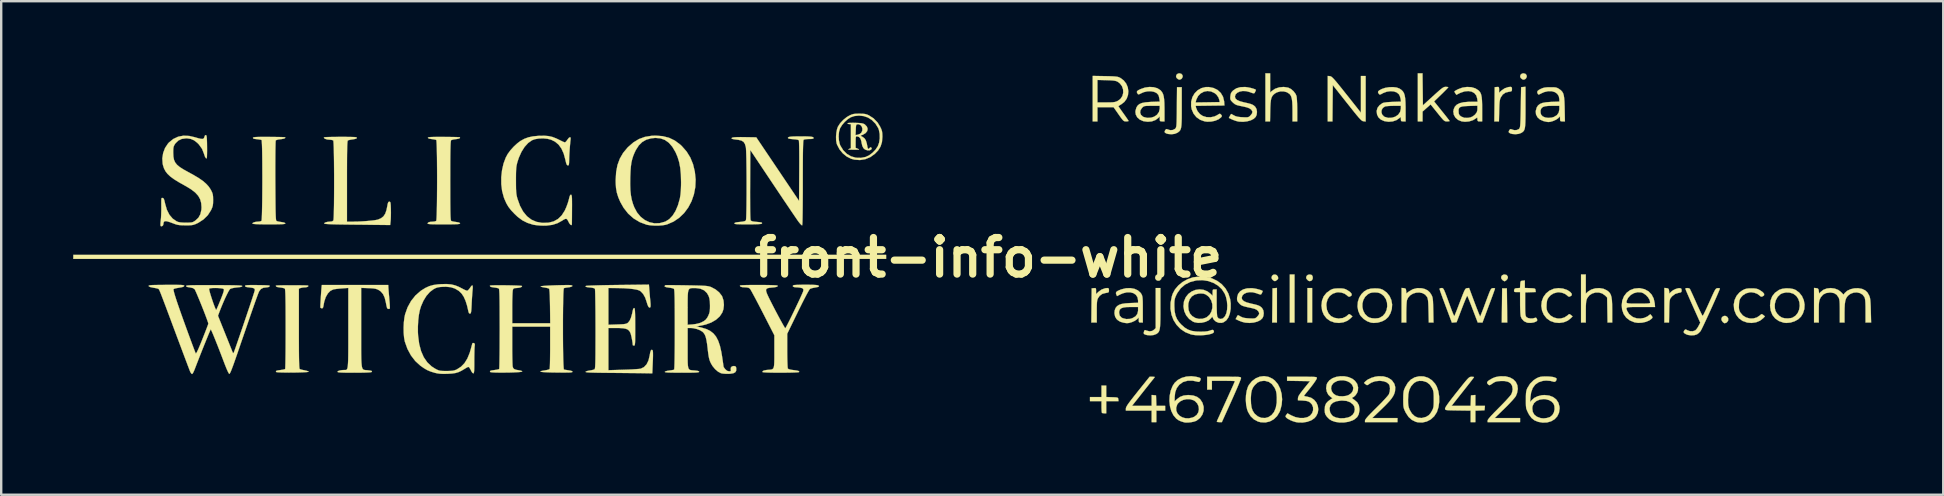
<source format=kicad_pcb>
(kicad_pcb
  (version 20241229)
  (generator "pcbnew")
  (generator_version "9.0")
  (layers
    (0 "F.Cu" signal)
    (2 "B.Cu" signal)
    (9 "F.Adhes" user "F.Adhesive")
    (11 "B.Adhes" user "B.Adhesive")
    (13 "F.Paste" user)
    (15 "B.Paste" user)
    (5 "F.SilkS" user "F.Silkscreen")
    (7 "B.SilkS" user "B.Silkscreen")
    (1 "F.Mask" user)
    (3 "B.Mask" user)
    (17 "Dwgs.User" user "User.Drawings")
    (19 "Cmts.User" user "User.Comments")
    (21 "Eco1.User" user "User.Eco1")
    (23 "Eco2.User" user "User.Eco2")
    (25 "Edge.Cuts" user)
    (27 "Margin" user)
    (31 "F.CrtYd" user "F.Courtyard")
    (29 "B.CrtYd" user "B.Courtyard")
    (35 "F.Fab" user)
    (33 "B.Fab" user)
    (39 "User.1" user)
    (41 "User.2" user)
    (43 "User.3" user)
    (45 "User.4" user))
  (footprint "front-info-white"
    (layer "F.Cu")
    (at 38.133 7.681)
    (property "Reference" "front-info-white" (at 0 0 0) (layer "F.SilkS") (effects (font (size 1.524 1.524) (thickness 0.3))))
    (attr through_hole)
    (fp_poly (pts (xy -4.262 0.056) (xy -38.128 0.056) (xy -38.128 -0.113) (xy -4.262 -0.113) (xy -4.262 0.056)) (stroke (width 0.01) (type solid)) (fill yes) (layer "F.SilkS"))
    (fp_poly (pts (xy 12.756 2.709) (xy 12.559 2.709) (xy 12.559 0.706) (xy 12.756 0.706) (xy 12.756 2.709)) (stroke (width 0.01) (type solid)) (fill yes) (layer "F.SilkS"))
    (fp_poly (pts (xy 13.49 2.709) (xy 13.293 2.709) (xy 13.293 1.27) (xy 13.49 1.27) (xy 13.49 2.709)) (stroke (width 0.01) (type solid)) (fill yes) (layer "F.SilkS"))
    (fp_poly (pts (xy 12.023 2.709) (xy 11.824 2.709) (xy 11.832 1.997) (xy 11.839 1.284) (xy 11.931 1.275) (xy 12.023 1.266) (xy 12.023 2.709)) (stroke (width 0.01) (type solid)) (fill yes) (layer "F.SilkS"))
    (fp_poly (pts (xy 21.612 1.997) (xy 21.619 2.709) (xy 21.391 2.709) (xy 21.399 1.997) (xy 21.407 1.284) (xy 21.604 1.284) (xy 21.612 1.997)) (stroke (width 0.01) (type solid)) (fill yes) (layer "F.SilkS"))
    (fp_poly (pts (xy 7.116 0.698) (xy 7.18 0.741) (xy 7.212 0.812) (xy 7.204 0.889) (xy 7.2 0.896) (xy 7.142 0.955) (xy 7.064 0.967) (xy 7.001 0.941) (xy 6.954 0.881) (xy 6.949 0.81) (xy 6.979 0.746) (xy 7.036 0.703) (xy 7.112 0.697) (xy 7.116 0.698)) (stroke (width 0.01) (type solid)) (fill yes) (layer "F.SilkS"))
    (fp_poly (pts (xy 8.04 -7.655) (xy 8.087 -7.601) (xy 8.096 -7.532) (xy 8.062 -7.462) (xy 8.029 -7.434) (xy 7.973 -7.411) (xy 7.912 -7.426) (xy 7.902 -7.431) (xy 7.839 -7.486) (xy 7.819 -7.555) (xy 7.84 -7.62) (xy 7.898 -7.665) (xy 7.959 -7.676) (xy 8.04 -7.655)) (stroke (width 0.01) (type solid)) (fill yes) (layer "F.SilkS"))
    (fp_poly (pts (xy 22.377 -7.655) (xy 22.424 -7.601) (xy 22.433 -7.532) (xy 22.399 -7.462) (xy 22.366 -7.434) (xy 22.31 -7.411) (xy 22.249 -7.426) (xy 22.239 -7.431) (xy 22.176 -7.486) (xy 22.156 -7.555) (xy 22.177 -7.62) (xy 22.234 -7.665) (xy 22.296 -7.676) (xy 22.377 -7.655)) (stroke (width 0.01) (type solid)) (fill yes) (layer "F.SilkS"))
    (fp_poly (pts (xy 13.461 0.722) (xy 13.485 0.739) (xy 13.515 0.802) (xy 13.514 0.878) (xy 13.485 0.942) (xy 13.464 0.959) (xy 13.393 0.985) (xy 13.337 0.969) (xy 13.293 0.931) (xy 13.245 0.87) (xy 13.243 0.812) (xy 13.265 0.76) (xy 13.315 0.719) (xy 13.389 0.706) (xy 13.461 0.722)) (stroke (width 0.01) (type solid)) (fill yes) (layer "F.SilkS"))
    (fp_poly (pts (xy 21.592 0.726) (xy 21.639 0.786) (xy 21.646 0.837) (xy 21.626 0.893) (xy 21.577 0.95) (xy 21.522 0.985) (xy 21.505 0.988) (xy 21.473 0.973) (xy 21.427 0.944) (xy 21.373 0.88) (xy 21.365 0.808) (xy 21.398 0.746) (xy 21.467 0.71) (xy 21.505 0.706) (xy 21.592 0.726)) (stroke (width 0.01) (type solid)) (fill yes) (layer "F.SilkS"))
    (fp_poly (pts (xy 30.727 2.435) (xy 30.79 2.475) (xy 30.827 2.54) (xy 30.825 2.621) (xy 30.822 2.631) (xy 30.768 2.705) (xy 30.686 2.737) (xy 30.675 2.738) (xy 30.638 2.719) (xy 30.593 2.681) (xy 30.544 2.602) (xy 30.547 2.522) (xy 30.581 2.471) (xy 30.653 2.431) (xy 30.727 2.435)) (stroke (width 0.01) (type solid)) (fill yes) (layer "F.SilkS"))
    (fp_poly (pts (xy 12.01 0.729) (xy 12.059 0.788) (xy 12.064 0.8) (xy 12.077 0.864) (xy 12.054 0.91) (xy 12.026 0.934) (xy 11.968 0.976) (xy 11.926 0.982) (xy 11.874 0.954) (xy 11.86 0.944) (xy 11.812 0.888) (xy 11.797 0.834) (xy 11.819 0.761) (xy 11.873 0.717) (xy 11.942 0.706) (xy 12.01 0.729)) (stroke (width 0.01) (type solid)) (fill yes) (layer "F.SilkS"))
    (fp_poly (pts (xy 4.911 5.812) (xy 5.158 5.82) (xy 5.276 5.824) (xy 5.349 5.831) (xy 5.389 5.843) (xy 5.406 5.865) (xy 5.413 5.901) (xy 5.413 5.905) (xy 5.422 5.983) (xy 4.911 5.983) (xy 4.911 6.491) (xy 4.831 6.491) (xy 4.766 6.485) (xy 4.732 6.472) (xy 4.723 6.437) (xy 4.717 6.36) (xy 4.713 6.256) (xy 4.713 6.218) (xy 4.713 5.983) (xy 4.233 5.983) (xy 4.233 5.814) (xy 4.713 5.814) (xy 4.713 5.334) (xy 4.911 5.334) (xy 4.911 5.812)) (stroke (width 0.01) (type solid)) (fill yes) (layer "F.SilkS"))
    (fp_poly (pts (xy 7.168 2.103) (xy 7.168 2.365) (xy 7.166 2.577) (xy 7.161 2.745) (xy 7.153 2.875) (xy 7.14 2.972) (xy 7.122 3.045) (xy 7.097 3.098) (xy 7.064 3.137) (xy 7.023 3.17) (xy 6.994 3.188) (xy 6.887 3.228) (xy 6.753 3.243) (xy 6.615 3.232) (xy 6.538 3.212) (xy 6.483 3.184) (xy 6.471 3.143) (xy 6.477 3.108) (xy 6.498 3.042) (xy 6.524 3.021) (xy 6.574 3.036) (xy 6.591 3.043) (xy 6.714 3.075) (xy 6.826 3.057) (xy 6.902 3.007) (xy 6.971 2.938) (xy 6.971 1.27) (xy 7.168 1.27) (xy 7.168 2.103)) (stroke (width 0.01) (type solid)) (fill yes) (layer "F.SilkS"))
    (fp_poly (pts (xy 5.004 1.279) (xy 5.021 1.318) (xy 5.024 1.365) (xy 5.02 1.423) (xy 5 1.453) (xy 4.947 1.468) (xy 4.893 1.475) (xy 4.748 1.514) (xy 4.636 1.596) (xy 4.568 1.694) (xy 4.548 1.739) (xy 4.533 1.793) (xy 4.524 1.866) (xy 4.519 1.968) (xy 4.516 2.11) (xy 4.516 2.25) (xy 4.516 2.709) (xy 4.289 2.709) (xy 4.296 1.997) (xy 4.304 1.284) (xy 4.396 1.275) (xy 4.452 1.272) (xy 4.478 1.288) (xy 4.487 1.336) (xy 4.487 1.396) (xy 4.487 1.526) (xy 4.586 1.428) (xy 4.714 1.335) (xy 4.866 1.28) (xy 4.96 1.27) (xy 5.004 1.279)) (stroke (width 0.01) (type solid)) (fill yes) (layer "F.SilkS"))
    (fp_poly (pts (xy 21.796 -7.103) (xy 21.814 -7.064) (xy 21.816 -7.017) (xy 21.812 -6.959) (xy 21.792 -6.929) (xy 21.74 -6.914) (xy 21.686 -6.907) (xy 21.54 -6.869) (xy 21.428 -6.788) (xy 21.351 -6.673) (xy 21.328 -6.621) (xy 21.312 -6.559) (xy 21.3 -6.477) (xy 21.292 -6.365) (xy 21.287 -6.212) (xy 21.284 -6.117) (xy 21.274 -5.673) (xy 21.081 -5.673) (xy 21.089 -6.385) (xy 21.096 -7.098) (xy 21.188 -7.107) (xy 21.244 -7.109) (xy 21.271 -7.093) (xy 21.279 -7.044) (xy 21.28 -6.991) (xy 21.28 -6.865) (xy 21.379 -6.959) (xy 21.51 -7.05) (xy 21.662 -7.102) (xy 21.752 -7.112) (xy 21.796 -7.103)) (stroke (width 0.01) (type solid)) (fill yes) (layer "F.SilkS"))
    (fp_poly (pts (xy 14.23 -7.558) (xy 14.258 -7.552) (xy 14.288 -7.537) (xy 14.325 -7.508) (xy 14.373 -7.461) (xy 14.436 -7.392) (xy 14.518 -7.296) (xy 14.622 -7.168) (xy 14.753 -7.005) (xy 14.914 -6.802) (xy 14.922 -6.793) (xy 15.522 -6.036) (xy 15.522 -7.564) (xy 15.72 -7.564) (xy 15.72 -5.669) (xy 15.629 -5.678) (xy 15.601 -5.684) (xy 15.571 -5.699) (xy 15.534 -5.727) (xy 15.486 -5.774) (xy 15.423 -5.843) (xy 15.342 -5.939) (xy 15.238 -6.067) (xy 15.108 -6.23) (xy 14.947 -6.433) (xy 14.944 -6.436) (xy 14.351 -7.185) (xy 14.343 -6.429) (xy 14.336 -5.673) (xy 14.139 -5.673) (xy 14.139 -7.567) (xy 14.23 -7.558)) (stroke (width 0.01) (type solid)) (fill yes) (layer "F.SilkS"))
    (fp_poly (pts (xy 28.258 1.275) (xy 28.318 1.287) (xy 28.348 1.319) (xy 28.363 1.388) (xy 28.363 1.393) (xy 28.377 1.501) (xy 28.445 1.429) (xy 28.527 1.364) (xy 28.634 1.311) (xy 28.742 1.279) (xy 28.818 1.275) (xy 28.867 1.294) (xy 28.885 1.343) (xy 28.885 1.369) (xy 28.88 1.423) (xy 28.855 1.451) (xy 28.793 1.466) (xy 28.765 1.47) (xy 28.616 1.516) (xy 28.488 1.614) (xy 28.436 1.676) (xy 28.414 1.71) (xy 28.398 1.75) (xy 28.387 1.807) (xy 28.379 1.89) (xy 28.374 2.007) (xy 28.37 2.169) (xy 28.369 2.232) (xy 28.36 2.709) (xy 28.166 2.709) (xy 28.166 1.266) (xy 28.258 1.275)) (stroke (width 0.01) (type solid)) (fill yes) (layer "F.SilkS"))
    (fp_poly (pts (xy 6.906 4.969) (xy 6.931 4.979) (xy 6.919 5.004) (xy 6.909 5.016) (xy 6.88 5.052) (xy 6.821 5.124) (xy 6.738 5.228) (xy 6.636 5.357) (xy 6.52 5.503) (xy 6.425 5.623) (xy 5.983 6.181) (xy 6.802 6.181) (xy 6.802 5.726) (xy 6.893 5.734) (xy 6.985 5.743) (xy 6.993 5.962) (xy 7.001 6.181) (xy 7.366 6.181) (xy 7.366 6.378) (xy 6.999 6.378) (xy 6.999 6.858) (xy 6.802 6.858) (xy 6.802 6.378) (xy 5.729 6.378) (xy 5.729 6.29) (xy 5.735 6.256) (xy 5.755 6.21) (xy 5.792 6.147) (xy 5.851 6.062) (xy 5.935 5.95) (xy 6.047 5.806) (xy 6.191 5.625) (xy 6.223 5.584) (xy 6.718 4.967) (xy 6.835 4.967) (xy 6.906 4.969)) (stroke (width 0.01) (type solid)) (fill yes) (layer "F.SilkS"))
    (fp_poly (pts (xy 24.892 1.502) (xy 24.99 1.415) (xy 25.125 1.332) (xy 25.288 1.284) (xy 25.461 1.273) (xy 25.628 1.301) (xy 25.765 1.364) (xy 25.839 1.419) (xy 25.895 1.48) (xy 25.935 1.555) (xy 25.963 1.652) (xy 25.981 1.78) (xy 25.99 1.946) (xy 25.993 2.159) (xy 25.993 2.196) (xy 25.993 2.709) (xy 25.799 2.709) (xy 25.781 1.666) (xy 25.694 1.579) (xy 25.575 1.497) (xy 25.438 1.457) (xy 25.294 1.459) (xy 25.157 1.5) (xy 25.039 1.577) (xy 24.953 1.69) (xy 24.946 1.705) (xy 24.925 1.759) (xy 24.91 1.823) (xy 24.901 1.906) (xy 24.895 2.02) (xy 24.893 2.175) (xy 24.893 2.265) (xy 24.892 2.709) (xy 24.694 2.709) (xy 24.694 0.706) (xy 24.892 0.706) (xy 24.892 1.502)) (stroke (width 0.01) (type solid)) (fill yes) (layer "F.SilkS"))
    (fp_poly (pts (xy 8.057 -6.265) (xy 8.057 -6.009) (xy 8.056 -5.804) (xy 8.051 -5.642) (xy 8.044 -5.517) (xy 8.032 -5.423) (xy 8.014 -5.353) (xy 7.99 -5.302) (xy 7.957 -5.262) (xy 7.916 -5.228) (xy 7.877 -5.201) (xy 7.768 -5.155) (xy 7.632 -5.137) (xy 7.491 -5.149) (xy 7.415 -5.169) (xy 7.353 -5.207) (xy 7.343 -5.258) (xy 7.375 -5.318) (xy 7.414 -5.353) (xy 7.464 -5.342) (xy 7.472 -5.338) (xy 7.576 -5.307) (xy 7.684 -5.315) (xy 7.772 -5.359) (xy 7.784 -5.371) (xy 7.801 -5.391) (xy 7.815 -5.415) (xy 7.826 -5.45) (xy 7.834 -5.501) (xy 7.84 -5.576) (xy 7.844 -5.68) (xy 7.847 -5.82) (xy 7.85 -6.003) (xy 7.852 -6.236) (xy 7.852 -6.267) (xy 7.86 -7.098) (xy 8.057 -7.098) (xy 8.057 -6.265)) (stroke (width 0.01) (type solid)) (fill yes) (layer "F.SilkS"))
    (fp_poly (pts (xy 22.38 -6.266) (xy 22.38 -6.006) (xy 22.378 -5.797) (xy 22.374 -5.632) (xy 22.367 -5.505) (xy 22.355 -5.409) (xy 22.338 -5.339) (xy 22.314 -5.288) (xy 22.283 -5.249) (xy 22.243 -5.218) (xy 22.202 -5.192) (xy 22.1 -5.154) (xy 21.969 -5.139) (xy 21.835 -5.148) (xy 21.752 -5.169) (xy 21.689 -5.207) (xy 21.68 -5.258) (xy 21.712 -5.318) (xy 21.751 -5.353) (xy 21.801 -5.342) (xy 21.809 -5.338) (xy 21.908 -5.308) (xy 22.011 -5.312) (xy 22.096 -5.348) (xy 22.115 -5.365) (xy 22.13 -5.386) (xy 22.143 -5.414) (xy 22.153 -5.456) (xy 22.16 -5.519) (xy 22.166 -5.608) (xy 22.171 -5.731) (xy 22.176 -5.893) (xy 22.18 -6.101) (xy 22.183 -6.261) (xy 22.197 -7.098) (xy 22.288 -7.107) (xy 22.38 -7.116) (xy 22.38 -6.266)) (stroke (width 0.01) (type solid)) (fill yes) (layer "F.SilkS"))
    (fp_poly (pts (xy 11.74 -6.876) (xy 11.804 -6.936) (xy 11.946 -7.033) (xy 12.118 -7.091) (xy 12.305 -7.108) (xy 12.488 -7.081) (xy 12.607 -7.023) (xy 12.717 -6.928) (xy 12.803 -6.813) (xy 12.838 -6.73) (xy 12.848 -6.664) (xy 12.857 -6.554) (xy 12.864 -6.412) (xy 12.868 -6.251) (xy 12.869 -6.145) (xy 12.869 -5.673) (xy 12.672 -5.673) (xy 12.672 -6.103) (xy 12.669 -6.316) (xy 12.661 -6.481) (xy 12.645 -6.606) (xy 12.62 -6.7) (xy 12.585 -6.77) (xy 12.546 -6.817) (xy 12.438 -6.888) (xy 12.303 -6.923) (xy 12.158 -6.921) (xy 12.019 -6.882) (xy 11.94 -6.836) (xy 11.876 -6.782) (xy 11.828 -6.724) (xy 11.794 -6.652) (xy 11.771 -6.557) (xy 11.757 -6.43) (xy 11.748 -6.262) (xy 11.745 -6.131) (xy 11.736 -5.673) (xy 11.543 -5.673) (xy 11.543 -7.676) (xy 11.74 -7.676) (xy 11.74 -6.876)) (stroke (width 0.01) (type solid)) (fill yes) (layer "F.SilkS"))
    (fp_poly (pts (xy 18.097 -7.009) (xy 18.105 -6.342) (xy 18.527 -6.727) (xy 18.672 -6.858) (xy 18.782 -6.956) (xy 18.865 -7.025) (xy 18.927 -7.07) (xy 18.975 -7.097) (xy 19.015 -7.109) (xy 19.054 -7.112) (xy 19.056 -7.112) (xy 19.125 -7.108) (xy 19.161 -7.098) (xy 19.163 -7.094) (xy 19.144 -7.07) (xy 19.091 -7.013) (xy 19.011 -6.933) (xy 18.913 -6.835) (xy 18.867 -6.791) (xy 18.571 -6.505) (xy 18.895 -6.103) (xy 18.998 -5.975) (xy 19.088 -5.862) (xy 19.158 -5.771) (xy 19.204 -5.711) (xy 19.219 -5.687) (xy 19.194 -5.678) (xy 19.132 -5.673) (xy 19.108 -5.673) (xy 19.065 -5.674) (xy 19.027 -5.683) (xy 18.989 -5.706) (xy 18.942 -5.749) (xy 18.88 -5.819) (xy 18.795 -5.922) (xy 18.711 -6.026) (xy 18.426 -6.379) (xy 18.259 -6.231) (xy 18.092 -6.082) (xy 18.091 -5.877) (xy 18.09 -5.673) (xy 17.893 -5.673) (xy 17.893 -7.676) (xy 18.089 -7.676) (xy 18.097 -7.009)) (stroke (width 0.01) (type solid)) (fill yes) (layer "F.SilkS"))
    (fp_poly (pts (xy 10.039 4.967) (xy 10.206 4.968) (xy 10.33 4.97) (xy 10.417 4.973) (xy 10.474 4.979) (xy 10.506 4.988) (xy 10.522 5) (xy 10.527 5.015) (xy 10.527 5.027) (xy 10.516 5.066) (xy 10.483 5.15) (xy 10.433 5.273) (xy 10.368 5.428) (xy 10.289 5.609) (xy 10.201 5.809) (xy 10.128 5.973) (xy 9.728 6.858) (xy 9.616 6.858) (xy 9.542 6.852) (xy 9.518 6.832) (xy 9.52 6.823) (xy 9.535 6.789) (xy 9.57 6.711) (xy 9.623 6.594) (xy 9.69 6.445) (xy 9.769 6.27) (xy 9.857 6.077) (xy 9.904 5.974) (xy 9.994 5.775) (xy 10.076 5.593) (xy 10.148 5.434) (xy 10.206 5.304) (xy 10.247 5.21) (xy 10.27 5.157) (xy 10.273 5.149) (xy 10.246 5.145) (xy 10.172 5.141) (xy 10.06 5.139) (xy 9.919 5.137) (xy 9.793 5.136) (xy 9.313 5.136) (xy 9.313 5.503) (xy 9.116 5.503) (xy 9.116 4.967) (xy 9.821 4.967) (xy 10.039 4.967)) (stroke (width 0.01) (type solid)) (fill yes) (layer "F.SilkS"))
    (fp_poly (pts (xy 17.307 1.275) (xy 17.368 1.287) (xy 17.396 1.318) (xy 17.407 1.387) (xy 17.408 1.39) (xy 17.417 1.496) (xy 17.521 1.415) (xy 17.687 1.319) (xy 17.872 1.273) (xy 18.064 1.28) (xy 18.184 1.311) (xy 18.305 1.37) (xy 18.396 1.455) (xy 18.467 1.566) (xy 18.488 1.612) (xy 18.505 1.664) (xy 18.516 1.729) (xy 18.525 1.819) (xy 18.53 1.941) (xy 18.535 2.107) (xy 18.537 2.194) (xy 18.547 2.709) (xy 18.35 2.709) (xy 18.339 2.223) (xy 18.334 2.034) (xy 18.328 1.893) (xy 18.319 1.791) (xy 18.306 1.718) (xy 18.29 1.666) (xy 18.28 1.644) (xy 18.197 1.544) (xy 18.085 1.482) (xy 17.956 1.456) (xy 17.82 1.464) (xy 17.689 1.505) (xy 17.573 1.577) (xy 17.485 1.678) (xy 17.441 1.777) (xy 17.431 1.841) (xy 17.423 1.948) (xy 17.417 2.085) (xy 17.414 2.239) (xy 17.413 2.293) (xy 17.413 2.709) (xy 17.216 2.709) (xy 17.216 1.266) (xy 17.307 1.275)) (stroke (width 0.01) (type solid)) (fill yes) (layer "F.SilkS"))
    (fp_poly (pts (xy 16.451 4.95) (xy 16.631 4.998) (xy 16.779 5.086) (xy 16.829 5.135) (xy 16.917 5.263) (xy 16.954 5.402) (xy 16.944 5.563) (xy 16.937 5.596) (xy 16.909 5.686) (xy 16.863 5.778) (xy 16.795 5.879) (xy 16.7 5.994) (xy 16.572 6.13) (xy 16.407 6.293) (xy 16.349 6.349) (xy 15.994 6.689) (xy 17.046 6.689) (xy 17.046 6.858) (xy 15.692 6.858) (xy 15.692 6.792) (xy 15.705 6.756) (xy 15.746 6.698) (xy 15.818 6.614) (xy 15.925 6.501) (xy 16.069 6.356) (xy 16.166 6.261) (xy 16.304 6.123) (xy 16.43 5.993) (xy 16.538 5.877) (xy 16.622 5.782) (xy 16.675 5.716) (xy 16.688 5.694) (xy 16.724 5.579) (xy 16.734 5.454) (xy 16.718 5.342) (xy 16.69 5.281) (xy 16.603 5.204) (xy 16.474 5.155) (xy 16.313 5.136) (xy 16.303 5.136) (xy 16.114 5.155) (xy 15.954 5.213) (xy 15.87 5.267) (xy 15.811 5.308) (xy 15.774 5.317) (xy 15.736 5.296) (xy 15.715 5.279) (xy 15.649 5.226) (xy 15.715 5.155) (xy 15.814 5.08) (xy 15.951 5.015) (xy 16.107 4.967) (xy 16.244 4.946) (xy 16.451 4.95)) (stroke (width 0.01) (type solid)) (fill yes) (layer "F.SilkS"))
    (fp_poly (pts (xy 20.198 4.971) (xy 20.234 4.979) (xy 20.235 4.982) (xy 20.219 5.008) (xy 20.172 5.071) (xy 20.1 5.165) (xy 20.008 5.282) (xy 19.902 5.418) (xy 19.861 5.469) (xy 19.743 5.618) (xy 19.631 5.759) (xy 19.532 5.884) (xy 19.453 5.985) (xy 19.4 6.052) (xy 19.393 6.061) (xy 19.299 6.181) (xy 20.092 6.181) (xy 20.1 5.962) (xy 20.108 5.743) (xy 20.2 5.734) (xy 20.292 5.726) (xy 20.292 6.181) (xy 20.69 6.181) (xy 20.673 6.364) (xy 20.292 6.381) (xy 20.292 6.858) (xy 20.094 6.858) (xy 20.094 6.379) (xy 19.565 6.372) (xy 19.38 6.369) (xy 19.244 6.366) (xy 19.15 6.362) (xy 19.088 6.355) (xy 19.053 6.345) (xy 19.035 6.331) (xy 19.029 6.311) (xy 19.027 6.3) (xy 19.034 6.267) (xy 19.063 6.212) (xy 19.117 6.13) (xy 19.198 6.018) (xy 19.31 5.871) (xy 19.454 5.687) (xy 19.521 5.603) (xy 19.667 5.419) (xy 19.783 5.275) (xy 19.873 5.165) (xy 19.941 5.086) (xy 19.993 5.031) (xy 20.033 4.997) (xy 20.066 4.978) (xy 20.095 4.971) (xy 20.127 4.969) (xy 20.13 4.969) (xy 20.198 4.971)) (stroke (width 0.01) (type solid)) (fill yes) (layer "F.SilkS"))
    (fp_poly (pts (xy 23.94 1.292) (xy 24.106 1.347) (xy 24.145 1.368) (xy 24.252 1.442) (xy 24.306 1.509) (xy 24.307 1.567) (xy 24.28 1.596) (xy 24.213 1.632) (xy 24.157 1.619) (xy 24.117 1.581) (xy 24.026 1.514) (xy 23.903 1.467) (xy 23.774 1.447) (xy 23.704 1.451) (xy 23.546 1.494) (xy 23.423 1.574) (xy 23.349 1.655) (xy 23.305 1.722) (xy 23.279 1.792) (xy 23.265 1.886) (xy 23.259 1.965) (xy 23.256 2.081) (xy 23.264 2.161) (xy 23.286 2.229) (xy 23.322 2.297) (xy 23.422 2.415) (xy 23.552 2.495) (xy 23.702 2.537) (xy 23.856 2.538) (xy 24.004 2.496) (xy 24.133 2.41) (xy 24.133 2.41) (xy 24.183 2.365) (xy 24.217 2.357) (xy 24.258 2.383) (xy 24.274 2.395) (xy 24.342 2.451) (xy 24.271 2.526) (xy 24.137 2.631) (xy 23.971 2.699) (xy 23.786 2.725) (xy 23.603 2.709) (xy 23.415 2.643) (xy 23.26 2.532) (xy 23.141 2.381) (xy 23.07 2.213) (xy 23.038 2.015) (xy 23.058 1.824) (xy 23.123 1.65) (xy 23.231 1.499) (xy 23.375 1.381) (xy 23.552 1.303) (xy 23.577 1.296) (xy 23.756 1.274) (xy 23.94 1.292)) (stroke (width 0.01) (type solid)) (fill yes) (layer "F.SilkS"))
    (fp_poly (pts (xy 14.728 1.287) (xy 14.815 1.298) (xy 14.887 1.322) (xy 14.964 1.363) (xy 14.964 1.363) (xy 15.075 1.439) (xy 15.133 1.507) (xy 15.14 1.565) (xy 15.111 1.599) (xy 15.048 1.633) (xy 14.993 1.622) (xy 14.932 1.569) (xy 14.839 1.504) (xy 14.713 1.461) (xy 14.577 1.447) (xy 14.51 1.453) (xy 14.351 1.506) (xy 14.224 1.602) (xy 14.135 1.735) (xy 14.089 1.898) (xy 14.083 1.984) (xy 14.105 2.169) (xy 14.17 2.322) (xy 14.273 2.437) (xy 14.412 2.51) (xy 14.583 2.54) (xy 14.605 2.54) (xy 14.767 2.521) (xy 14.899 2.46) (xy 14.96 2.41) (xy 15.011 2.365) (xy 15.045 2.357) (xy 15.086 2.383) (xy 15.102 2.395) (xy 15.169 2.451) (xy 15.099 2.526) (xy 14.964 2.631) (xy 14.797 2.699) (xy 14.611 2.725) (xy 14.427 2.709) (xy 14.243 2.644) (xy 14.092 2.536) (xy 13.978 2.39) (xy 13.905 2.213) (xy 13.878 2.008) (xy 13.878 2.003) (xy 13.901 1.795) (xy 13.971 1.617) (xy 14.09 1.469) (xy 14.257 1.35) (xy 14.266 1.345) (xy 14.346 1.311) (xy 14.439 1.292) (xy 14.563 1.285) (xy 14.605 1.285) (xy 14.728 1.287)) (stroke (width 0.01) (type solid)) (fill yes) (layer "F.SilkS"))
    (fp_poly (pts (xy 21.546 4.95) (xy 21.724 4.994) (xy 21.869 5.073) (xy 21.976 5.183) (xy 22.041 5.319) (xy 22.06 5.475) (xy 22.029 5.647) (xy 21.979 5.771) (xy 21.941 5.826) (xy 21.868 5.912) (xy 21.769 6.021) (xy 21.651 6.145) (xy 21.52 6.276) (xy 21.509 6.286) (xy 21.096 6.688) (xy 21.625 6.688) (xy 22.154 6.689) (xy 22.154 6.858) (xy 20.8 6.858) (xy 20.8 6.794) (xy 20.815 6.756) (xy 20.863 6.69) (xy 20.946 6.596) (xy 21.066 6.469) (xy 21.225 6.308) (xy 21.267 6.265) (xy 21.404 6.127) (xy 21.53 5.996) (xy 21.638 5.879) (xy 21.722 5.783) (xy 21.776 5.716) (xy 21.79 5.695) (xy 21.826 5.598) (xy 21.843 5.497) (xy 21.844 5.483) (xy 21.823 5.346) (xy 21.763 5.245) (xy 21.66 5.179) (xy 21.514 5.146) (xy 21.356 5.144) (xy 21.236 5.153) (xy 21.151 5.169) (xy 21.081 5.199) (xy 21.007 5.246) (xy 20.932 5.297) (xy 20.887 5.318) (xy 20.855 5.312) (xy 20.825 5.289) (xy 20.781 5.235) (xy 20.783 5.187) (xy 20.833 5.134) (xy 20.877 5.104) (xy 21.011 5.027) (xy 21.132 4.98) (xy 21.27 4.954) (xy 21.336 4.947) (xy 21.546 4.95)) (stroke (width 0.01) (type solid)) (fill yes) (layer "F.SilkS"))
    (fp_poly (pts (xy 9.385 -7.064) (xy 9.553 -6.98) (xy 9.685 -6.856) (xy 9.777 -6.698) (xy 9.823 -6.51) (xy 9.826 -6.475) (xy 9.835 -6.336) (xy 8.635 -6.321) (xy 8.653 -6.244) (xy 8.712 -6.102) (xy 8.814 -5.979) (xy 8.932 -5.899) (xy 9.088 -5.851) (xy 9.258 -5.845) (xy 9.422 -5.879) (xy 9.533 -5.933) (xy 9.602 -5.977) (xy 9.642 -5.992) (xy 9.671 -5.979) (xy 9.696 -5.953) (xy 9.728 -5.911) (xy 9.723 -5.877) (xy 9.692 -5.838) (xy 9.59 -5.76) (xy 9.451 -5.701) (xy 9.29 -5.666) (xy 9.125 -5.659) (xy 9.012 -5.673) (xy 8.825 -5.739) (xy 8.668 -5.849) (xy 8.548 -5.997) (xy 8.471 -6.176) (xy 8.447 -6.306) (xy 8.45 -6.462) (xy 8.635 -6.462) (xy 9.136 -6.469) (xy 9.638 -6.477) (xy 9.628 -6.548) (xy 9.587 -6.67) (xy 9.506 -6.784) (xy 9.429 -6.85) (xy 9.28 -6.92) (xy 9.127 -6.939) (xy 8.98 -6.911) (xy 8.847 -6.84) (xy 8.739 -6.731) (xy 8.666 -6.587) (xy 8.653 -6.54) (xy 8.635 -6.462) (xy 8.45 -6.462) (xy 8.451 -6.505) (xy 8.502 -6.687) (xy 8.594 -6.844) (xy 8.72 -6.97) (xy 8.876 -7.059) (xy 9.054 -7.103) (xy 9.186 -7.105) (xy 9.385 -7.064)) (stroke (width 0.01) (type solid)) (fill yes) (layer "F.SilkS"))
    (fp_poly (pts (xy 22.352 1.268) (xy 22.571 1.276) (xy 22.681 1.281) (xy 22.746 1.289) (xy 22.78 1.304) (xy 22.794 1.331) (xy 22.798 1.361) (xy 22.807 1.437) (xy 22.587 1.445) (xy 22.366 1.453) (xy 22.366 1.937) (xy 22.367 2.116) (xy 22.369 2.247) (xy 22.374 2.339) (xy 22.382 2.401) (xy 22.394 2.442) (xy 22.412 2.471) (xy 22.42 2.481) (xy 22.487 2.52) (xy 22.584 2.54) (xy 22.688 2.538) (xy 22.773 2.513) (xy 22.816 2.504) (xy 22.847 2.539) (xy 22.855 2.555) (xy 22.872 2.611) (xy 22.847 2.649) (xy 22.824 2.665) (xy 22.728 2.704) (xy 22.605 2.723) (xy 22.481 2.718) (xy 22.442 2.711) (xy 22.318 2.652) (xy 22.225 2.553) (xy 22.183 2.457) (xy 22.173 2.395) (xy 22.165 2.288) (xy 22.159 2.15) (xy 22.155 1.992) (xy 22.155 1.898) (xy 22.154 1.439) (xy 22.026 1.439) (xy 21.947 1.437) (xy 21.911 1.424) (xy 21.903 1.392) (xy 21.906 1.362) (xy 21.918 1.312) (xy 21.95 1.287) (xy 22.02 1.276) (xy 22.033 1.276) (xy 22.152 1.267) (xy 22.16 1.12) (xy 22.167 1.034) (xy 22.181 0.99) (xy 22.213 0.971) (xy 22.26 0.965) (xy 22.352 0.956) (xy 22.352 1.268)) (stroke (width 0.01) (type solid)) (fill yes) (layer "F.SilkS"))
    (fp_poly (pts (xy 31.915 1.287) (xy 32.003 1.298) (xy 32.075 1.322) (xy 32.152 1.363) (xy 32.263 1.44) (xy 32.32 1.507) (xy 32.323 1.565) (xy 32.296 1.596) (xy 32.228 1.632) (xy 32.173 1.619) (xy 32.132 1.581) (xy 32.041 1.514) (xy 31.918 1.467) (xy 31.789 1.447) (xy 31.719 1.451) (xy 31.562 1.494) (xy 31.438 1.574) (xy 31.364 1.655) (xy 31.32 1.722) (xy 31.294 1.792) (xy 31.28 1.886) (xy 31.275 1.965) (xy 31.271 2.081) (xy 31.279 2.161) (xy 31.301 2.229) (xy 31.337 2.297) (xy 31.437 2.415) (xy 31.568 2.495) (xy 31.717 2.537) (xy 31.872 2.538) (xy 32.02 2.496) (xy 32.148 2.41) (xy 32.148 2.41) (xy 32.198 2.365) (xy 32.232 2.357) (xy 32.273 2.383) (xy 32.289 2.395) (xy 32.357 2.451) (xy 32.286 2.526) (xy 32.152 2.631) (xy 31.986 2.699) (xy 31.801 2.725) (xy 31.618 2.709) (xy 31.429 2.644) (xy 31.275 2.534) (xy 31.158 2.384) (xy 31.082 2.196) (xy 31.072 2.152) (xy 31.057 1.958) (xy 31.092 1.77) (xy 31.172 1.599) (xy 31.294 1.455) (xy 31.418 1.366) (xy 31.504 1.323) (xy 31.581 1.298) (xy 31.671 1.287) (xy 31.792 1.284) (xy 31.915 1.287)) (stroke (width 0.01) (type solid)) (fill yes) (layer "F.SilkS"))
    (fp_poly (pts (xy 33.387 1.285) (xy 33.535 1.311) (xy 33.627 1.346) (xy 33.782 1.458) (xy 33.899 1.605) (xy 33.975 1.775) (xy 34.009 1.958) (xy 33.999 2.145) (xy 33.941 2.327) (xy 33.859 2.463) (xy 33.743 2.573) (xy 33.591 2.657) (xy 33.419 2.71) (xy 33.243 2.725) (xy 33.133 2.713) (xy 32.939 2.646) (xy 32.783 2.538) (xy 32.668 2.393) (xy 32.596 2.214) (xy 32.581 2.095) (xy 32.766 2.095) (xy 32.796 2.221) (xy 32.859 2.329) (xy 32.955 2.43) (xy 33.062 2.5) (xy 33.062 2.5) (xy 33.176 2.53) (xy 33.314 2.537) (xy 33.446 2.521) (xy 33.509 2.502) (xy 33.634 2.421) (xy 33.725 2.307) (xy 33.782 2.169) (xy 33.805 2.018) (xy 33.793 1.866) (xy 33.746 1.724) (xy 33.664 1.602) (xy 33.546 1.512) (xy 33.538 1.507) (xy 33.389 1.461) (xy 33.23 1.455) (xy 33.079 1.489) (xy 32.999 1.53) (xy 32.89 1.634) (xy 32.812 1.773) (xy 32.769 1.931) (xy 32.766 2.095) (xy 32.581 2.095) (xy 32.569 2.005) (xy 32.569 1.996) (xy 32.591 1.789) (xy 32.659 1.614) (xy 32.774 1.469) (xy 32.938 1.352) (xy 32.949 1.346) (xy 33.073 1.303) (xy 33.226 1.283) (xy 33.387 1.285)) (stroke (width 0.01) (type solid)) (fill yes) (layer "F.SilkS"))
    (fp_poly (pts (xy 16.235 1.289) (xy 16.332 1.304) (xy 16.413 1.332) (xy 16.443 1.347) (xy 16.599 1.459) (xy 16.716 1.605) (xy 16.791 1.773) (xy 16.823 1.956) (xy 16.81 2.145) (xy 16.751 2.328) (xy 16.663 2.475) (xy 16.55 2.581) (xy 16.401 2.661) (xy 16.23 2.711) (xy 16.054 2.725) (xy 15.939 2.712) (xy 15.785 2.656) (xy 15.637 2.56) (xy 15.516 2.437) (xy 15.482 2.388) (xy 15.409 2.22) (xy 15.386 2.073) (xy 15.585 2.073) (xy 15.622 2.222) (xy 15.694 2.354) (xy 15.802 2.459) (xy 15.875 2.5) (xy 15.983 2.529) (xy 16.115 2.538) (xy 16.242 2.526) (xy 16.304 2.51) (xy 16.433 2.433) (xy 16.53 2.321) (xy 16.592 2.184) (xy 16.619 2.034) (xy 16.61 1.88) (xy 16.564 1.735) (xy 16.48 1.607) (xy 16.389 1.529) (xy 16.306 1.483) (xy 16.221 1.46) (xy 16.109 1.453) (xy 16.101 1.453) (xy 15.986 1.459) (xy 15.901 1.481) (xy 15.818 1.526) (xy 15.813 1.529) (xy 15.699 1.635) (xy 15.623 1.768) (xy 15.586 1.918) (xy 15.585 2.073) (xy 15.386 2.073) (xy 15.38 2.035) (xy 15.394 1.846) (xy 15.451 1.669) (xy 15.543 1.524) (xy 15.661 1.408) (xy 15.786 1.334) (xy 15.935 1.295) (xy 16.101 1.285) (xy 16.235 1.289)) (stroke (width 0.01) (type solid)) (fill yes) (layer "F.SilkS"))
    (fp_poly (pts (xy 11.663 4.969) (xy 11.833 5.047) (xy 11.934 5.124) (xy 12.064 5.277) (xy 12.159 5.466) (xy 12.218 5.679) (xy 12.239 5.907) (xy 12.22 6.139) (xy 12.161 6.365) (xy 12.133 6.433) (xy 12.028 6.607) (xy 11.89 6.74) (xy 11.726 6.83) (xy 11.544 6.872) (xy 11.352 6.864) (xy 11.232 6.833) (xy 11.064 6.744) (xy 10.925 6.61) (xy 10.821 6.436) (xy 10.781 6.331) (xy 10.741 6.147) (xy 10.726 5.945) (xy 10.727 5.898) (xy 10.936 5.898) (xy 10.944 6.098) (xy 10.968 6.255) (xy 11.012 6.38) (xy 11.079 6.486) (xy 11.099 6.51) (xy 11.228 6.619) (xy 11.376 6.679) (xy 11.533 6.686) (xy 11.664 6.651) (xy 11.799 6.564) (xy 11.903 6.434) (xy 11.975 6.262) (xy 12.013 6.053) (xy 12.016 5.825) (xy 12.007 5.689) (xy 11.991 5.591) (xy 11.966 5.51) (xy 11.926 5.428) (xy 11.918 5.414) (xy 11.813 5.272) (xy 11.685 5.181) (xy 11.533 5.14) (xy 11.478 5.137) (xy 11.333 5.154) (xy 11.212 5.211) (xy 11.099 5.316) (xy 11.025 5.416) (xy 10.976 5.528) (xy 10.948 5.664) (xy 10.937 5.839) (xy 10.936 5.898) (xy 10.727 5.898) (xy 10.733 5.741) (xy 10.763 5.55) (xy 10.814 5.387) (xy 10.853 5.311) (xy 10.984 5.149) (xy 11.138 5.033) (xy 11.307 4.963) (xy 11.485 4.941) (xy 11.663 4.969)) (stroke (width 0.01) (type solid)) (fill yes) (layer "F.SilkS"))
    (fp_poly (pts (xy 4.861 -7.559) (xy 5.047 -7.555) (xy 5.186 -7.55) (xy 5.288 -7.543) (xy 5.362 -7.534) (xy 5.418 -7.52) (xy 5.465 -7.501) (xy 5.494 -7.487) (xy 5.637 -7.382) (xy 5.741 -7.249) (xy 5.807 -7.096) (xy 5.832 -6.933) (xy 5.817 -6.771) (xy 5.762 -6.618) (xy 5.666 -6.485) (xy 5.545 -6.39) (xy 5.474 -6.347) (xy 5.428 -6.315) (xy 5.419 -6.305) (xy 5.434 -6.279) (xy 5.477 -6.217) (xy 5.54 -6.126) (xy 5.618 -6.017) (xy 5.63 -6) (xy 5.71 -5.888) (xy 5.776 -5.793) (xy 5.822 -5.725) (xy 5.842 -5.691) (xy 5.842 -5.689) (xy 5.817 -5.679) (xy 5.755 -5.673) (xy 5.736 -5.673) (xy 5.691 -5.675) (xy 5.654 -5.686) (xy 5.616 -5.714) (xy 5.57 -5.766) (xy 5.507 -5.85) (xy 5.423 -5.969) (xy 5.216 -6.265) (xy 4.544 -6.265) (xy 4.544 -5.673) (xy 4.346 -5.673) (xy 4.346 -6.463) (xy 4.544 -6.463) (xy 4.905 -6.463) (xy 5.06 -6.464) (xy 5.171 -6.468) (xy 5.252 -6.478) (xy 5.315 -6.494) (xy 5.372 -6.518) (xy 5.389 -6.526) (xy 5.506 -6.614) (xy 5.583 -6.731) (xy 5.618 -6.864) (xy 5.613 -7.002) (xy 5.568 -7.136) (xy 5.482 -7.252) (xy 5.39 -7.322) (xy 5.34 -7.347) (xy 5.28 -7.364) (xy 5.199 -7.376) (xy 5.086 -7.384) (xy 4.928 -7.39) (xy 4.918 -7.39) (xy 4.544 -7.4) (xy 4.544 -6.463) (xy 4.346 -6.463) (xy 4.346 -7.568) (xy 4.861 -7.559)) (stroke (width 0.01) (type solid)) (fill yes) (layer "F.SilkS"))
    (fp_poly (pts (xy 13.269 4.967) (xy 13.422 4.968) (xy 13.533 4.971) (xy 13.607 4.976) (xy 13.653 4.983) (xy 13.677 4.993) (xy 13.687 5.008) (xy 13.688 5.021) (xy 13.67 5.069) (xy 13.618 5.154) (xy 13.536 5.27) (xy 13.428 5.412) (xy 13.298 5.574) (xy 13.26 5.62) (xy 13.203 5.692) (xy 13.163 5.744) (xy 13.152 5.765) (xy 13.177 5.776) (xy 13.241 5.789) (xy 13.289 5.797) (xy 13.446 5.842) (xy 13.573 5.928) (xy 13.667 6.043) (xy 13.726 6.179) (xy 13.747 6.325) (xy 13.725 6.473) (xy 13.657 6.611) (xy 13.585 6.694) (xy 13.453 6.784) (xy 13.285 6.845) (xy 13.097 6.875) (xy 12.902 6.871) (xy 12.817 6.858) (xy 12.694 6.822) (xy 12.571 6.771) (xy 12.468 6.714) (xy 12.409 6.667) (xy 12.381 6.626) (xy 12.389 6.588) (xy 12.413 6.554) (xy 12.461 6.49) (xy 12.624 6.578) (xy 12.794 6.649) (xy 12.97 6.685) (xy 13.14 6.686) (xy 13.29 6.652) (xy 13.403 6.588) (xy 13.488 6.484) (xy 13.53 6.363) (xy 13.528 6.238) (xy 13.482 6.123) (xy 13.398 6.034) (xy 13.327 5.995) (xy 13.238 5.972) (xy 13.113 5.96) (xy 13.102 5.959) (xy 12.898 5.949) (xy 12.899 5.86) (xy 12.908 5.811) (xy 12.937 5.749) (xy 12.992 5.666) (xy 13.077 5.553) (xy 13.15 5.461) (xy 13.4 5.151) (xy 12.923 5.143) (xy 12.446 5.135) (xy 12.446 4.967) (xy 13.067 4.967) (xy 13.269 4.967)) (stroke (width 0.01) (type solid)) (fill yes) (layer "F.SilkS"))
    (fp_poly (pts (xy -5.238 -5.992) (xy -5.137 -5.981) (xy -5.055 -5.958) (xy -4.989 -5.93) (xy -4.785 -5.8) (xy -4.619 -5.629) (xy -4.51 -5.453) (xy -4.462 -5.351) (xy -4.434 -5.266) (xy -4.421 -5.177) (xy -4.417 -5.06) (xy -4.417 -5.024) (xy -4.434 -4.811) (xy -4.491 -4.63) (xy -4.591 -4.467) (xy -4.729 -4.322) (xy -4.918 -4.185) (xy -5.129 -4.098) (xy -5.353 -4.062) (xy -5.582 -4.079) (xy -5.72 -4.116) (xy -5.901 -4.207) (xy -6.066 -4.342) (xy -6.204 -4.509) (xy -6.303 -4.699) (xy -6.322 -4.752) (xy -6.344 -4.875) (xy -6.348 -5.029) (xy -6.345 -5.072) (xy -6.239 -5.072) (xy -6.23 -4.896) (xy -6.196 -4.736) (xy -6.171 -4.671) (xy -6.051 -4.474) (xy -5.899 -4.321) (xy -5.721 -4.216) (xy -5.521 -4.159) (xy -5.306 -4.154) (xy -5.116 -4.191) (xy -4.975 -4.256) (xy -4.833 -4.361) (xy -4.705 -4.492) (xy -4.608 -4.637) (xy -4.606 -4.64) (xy -4.553 -4.789) (xy -4.527 -4.967) (xy -4.53 -5.151) (xy -4.563 -5.32) (xy -4.59 -5.394) (xy -4.705 -5.579) (xy -4.861 -5.734) (xy -5.019 -5.834) (xy -5.196 -5.894) (xy -5.39 -5.915) (xy -5.58 -5.896) (xy -5.734 -5.845) (xy -5.859 -5.765) (xy -5.987 -5.65) (xy -6.099 -5.518) (xy -6.179 -5.388) (xy -6.182 -5.383) (xy -6.223 -5.242) (xy -6.239 -5.072) (xy -6.345 -5.072) (xy -6.336 -5.192) (xy -6.308 -5.343) (xy -6.271 -5.45) (xy -6.179 -5.593) (xy -6.049 -5.733) (xy -5.899 -5.854) (xy -5.787 -5.919) (xy -5.699 -5.958) (xy -5.619 -5.981) (xy -5.525 -5.992) (xy -5.399 -5.995) (xy -5.376 -5.995) (xy -5.238 -5.992)) (stroke (width 0.01) (type solid)) (fill yes) (layer "F.SilkS"))
    (fp_poly (pts (xy 20.126 -7.098) (xy 20.289 -7.05) (xy 20.414 -6.971) (xy 20.467 -6.918) (xy 20.507 -6.857) (xy 20.535 -6.78) (xy 20.555 -6.678) (xy 20.567 -6.544) (xy 20.573 -6.37) (xy 20.574 -6.17) (xy 20.574 -5.673) (xy 20.475 -5.673) (xy 20.409 -5.677) (xy 20.382 -5.701) (xy 20.376 -5.761) (xy 20.376 -5.762) (xy 20.374 -5.82) (xy 20.359 -5.831) (xy 20.327 -5.807) (xy 20.194 -5.724) (xy 20.031 -5.672) (xy 19.858 -5.657) (xy 19.717 -5.674) (xy 19.572 -5.734) (xy 19.463 -5.828) (xy 19.394 -5.947) (xy 19.373 -6.083) (xy 19.374 -6.085) (xy 19.591 -6.085) (xy 19.592 -6.07) (xy 19.604 -5.983) (xy 19.636 -5.927) (xy 19.696 -5.878) (xy 19.825 -5.824) (xy 19.979 -5.819) (xy 20.099 -5.843) (xy 20.186 -5.885) (xy 20.272 -5.952) (xy 20.289 -5.971) (xy 20.349 -6.053) (xy 20.373 -6.135) (xy 20.376 -6.198) (xy 20.376 -6.327) (xy 20.041 -6.317) (xy 19.868 -6.309) (xy 19.745 -6.295) (xy 19.663 -6.269) (xy 19.615 -6.228) (xy 19.593 -6.168) (xy 19.591 -6.085) (xy 19.374 -6.085) (xy 19.387 -6.174) (xy 19.436 -6.286) (xy 19.518 -6.371) (xy 19.639 -6.432) (xy 19.802 -6.471) (xy 20.012 -6.489) (xy 20.128 -6.491) (xy 20.384 -6.491) (xy 20.369 -6.62) (xy 20.33 -6.751) (xy 20.251 -6.85) (xy 20.139 -6.912) (xy 20 -6.937) (xy 19.843 -6.923) (xy 19.672 -6.866) (xy 19.63 -6.846) (xy 19.5 -6.78) (xy 19.458 -6.839) (xy 19.427 -6.892) (xy 19.417 -6.919) (xy 19.44 -6.94) (xy 19.501 -6.977) (xy 19.572 -7.014) (xy 19.755 -7.081) (xy 19.943 -7.108) (xy 20.126 -7.098)) (stroke (width 0.01) (type solid)) (fill yes) (layer "F.SilkS"))
    (fp_poly (pts (xy 27.149 1.277) (xy 27.342 1.32) (xy 27.505 1.409) (xy 27.632 1.538) (xy 27.72 1.704) (xy 27.764 1.901) (xy 27.765 1.912) (xy 27.778 2.06) (xy 27.181 2.06) (xy 26.978 2.06) (xy 26.824 2.062) (xy 26.715 2.066) (xy 26.643 2.075) (xy 26.602 2.091) (xy 26.587 2.116) (xy 26.59 2.15) (xy 26.606 2.196) (xy 26.615 2.221) (xy 26.694 2.349) (xy 26.822 2.457) (xy 26.879 2.489) (xy 27.016 2.533) (xy 27.171 2.541) (xy 27.325 2.515) (xy 27.455 2.457) (xy 27.475 2.443) (xy 27.582 2.361) (xy 27.635 2.426) (xy 27.669 2.476) (xy 27.667 2.511) (xy 27.642 2.542) (xy 27.539 2.62) (xy 27.399 2.679) (xy 27.239 2.714) (xy 27.075 2.723) (xy 26.924 2.701) (xy 26.923 2.701) (xy 26.728 2.621) (xy 26.576 2.504) (xy 26.468 2.352) (xy 26.405 2.167) (xy 26.388 1.988) (xy 26.405 1.849) (xy 26.586 1.849) (xy 26.593 1.881) (xy 26.625 1.901) (xy 26.691 1.913) (xy 26.795 1.918) (xy 26.945 1.919) (xy 27.079 1.919) (xy 27.257 1.919) (xy 27.386 1.917) (xy 27.474 1.914) (xy 27.529 1.908) (xy 27.559 1.897) (xy 27.571 1.883) (xy 27.573 1.862) (xy 27.573 1.861) (xy 27.549 1.763) (xy 27.486 1.658) (xy 27.396 1.562) (xy 27.293 1.488) (xy 27.206 1.453) (xy 27.049 1.445) (xy 26.897 1.483) (xy 26.763 1.561) (xy 26.66 1.673) (xy 26.623 1.741) (xy 26.598 1.803) (xy 26.586 1.849) (xy 26.405 1.849) (xy 26.413 1.787) (xy 26.484 1.611) (xy 26.594 1.467) (xy 26.739 1.359) (xy 26.912 1.293) (xy 27.107 1.275) (xy 27.149 1.277)) (stroke (width 0.01) (type solid)) (fill yes) (layer "F.SilkS"))
    (fp_poly (pts (xy 18.138 4.952) (xy 18.318 5.008) (xy 18.479 5.111) (xy 18.612 5.256) (xy 18.682 5.374) (xy 18.749 5.566) (xy 18.783 5.785) (xy 18.785 6.015) (xy 18.754 6.236) (xy 18.691 6.432) (xy 18.682 6.45) (xy 18.574 6.616) (xy 18.432 6.745) (xy 18.265 6.832) (xy 18.083 6.874) (xy 17.896 6.867) (xy 17.808 6.845) (xy 17.644 6.765) (xy 17.506 6.64) (xy 17.392 6.467) (xy 17.379 6.441) (xy 17.34 6.358) (xy 17.313 6.29) (xy 17.297 6.221) (xy 17.289 6.137) (xy 17.286 6.022) (xy 17.286 5.913) (xy 17.286 5.913) (xy 17.487 5.913) (xy 17.489 6.058) (xy 17.498 6.165) (xy 17.517 6.25) (xy 17.548 6.332) (xy 17.551 6.34) (xy 17.646 6.5) (xy 17.766 6.612) (xy 17.905 6.675) (xy 18.058 6.686) (xy 18.221 6.644) (xy 18.261 6.625) (xy 18.352 6.567) (xy 18.423 6.486) (xy 18.471 6.406) (xy 18.508 6.337) (xy 18.532 6.277) (xy 18.546 6.213) (xy 18.553 6.129) (xy 18.556 6.013) (xy 18.556 5.913) (xy 18.555 5.762) (xy 18.55 5.654) (xy 18.539 5.574) (xy 18.521 5.509) (xy 18.492 5.445) (xy 18.49 5.439) (xy 18.391 5.292) (xy 18.266 5.194) (xy 18.114 5.146) (xy 18.091 5.143) (xy 17.954 5.139) (xy 17.849 5.161) (xy 17.754 5.216) (xy 17.714 5.25) (xy 17.611 5.366) (xy 17.54 5.509) (xy 17.5 5.687) (xy 17.487 5.907) (xy 17.487 5.913) (xy 17.286 5.913) (xy 17.287 5.765) (xy 17.292 5.658) (xy 17.302 5.577) (xy 17.321 5.509) (xy 17.351 5.437) (xy 17.365 5.405) (xy 17.475 5.218) (xy 17.606 5.081) (xy 17.763 4.992) (xy 17.947 4.948) (xy 18.138 4.952)) (stroke (width 0.01) (type solid)) (fill yes) (layer "F.SilkS"))
    (fp_poly (pts (xy 34.495 1.275) (xy 34.555 1.287) (xy 34.585 1.318) (xy 34.6 1.387) (xy 34.6 1.393) (xy 34.615 1.502) (xy 34.671 1.439) (xy 34.79 1.345) (xy 34.936 1.289) (xy 35.098 1.271) (xy 35.26 1.291) (xy 35.411 1.349) (xy 35.527 1.438) (xy 35.631 1.545) (xy 35.684 1.475) (xy 35.783 1.386) (xy 35.919 1.321) (xy 36.077 1.283) (xy 36.242 1.277) (xy 36.398 1.305) (xy 36.416 1.311) (xy 36.537 1.37) (xy 36.626 1.453) (xy 36.697 1.578) (xy 36.698 1.58) (xy 36.72 1.635) (xy 36.736 1.698) (xy 36.748 1.777) (xy 36.756 1.884) (xy 36.763 2.028) (xy 36.768 2.208) (xy 36.781 2.709) (xy 36.548 2.709) (xy 36.548 2.227) (xy 36.547 2.038) (xy 36.543 1.897) (xy 36.536 1.793) (xy 36.525 1.719) (xy 36.51 1.665) (xy 36.502 1.647) (xy 36.425 1.547) (xy 36.317 1.482) (xy 36.188 1.453) (xy 36.052 1.463) (xy 35.922 1.511) (xy 35.827 1.581) (xy 35.772 1.645) (xy 35.731 1.72) (xy 35.703 1.816) (xy 35.685 1.941) (xy 35.676 2.105) (xy 35.673 2.313) (xy 35.673 2.709) (xy 35.475 2.709) (xy 35.475 2.237) (xy 35.474 2.054) (xy 35.471 1.918) (xy 35.465 1.819) (xy 35.454 1.748) (xy 35.439 1.696) (xy 35.426 1.667) (xy 35.345 1.551) (xy 35.239 1.483) (xy 35.102 1.458) (xy 35.068 1.457) (xy 34.906 1.48) (xy 34.781 1.544) (xy 34.687 1.652) (xy 34.664 1.693) (xy 34.64 1.745) (xy 34.622 1.799) (xy 34.611 1.863) (xy 34.604 1.95) (xy 34.601 2.071) (xy 34.6 2.235) (xy 34.6 2.264) (xy 34.6 2.709) (xy 34.403 2.709) (xy 34.403 1.266) (xy 34.495 1.275)) (stroke (width 0.01) (type solid)) (fill yes) (layer "F.SilkS"))
    (fp_poly (pts (xy 6.085 1.303) (xy 6.229 1.368) (xy 6.339 1.466) (xy 6.371 1.512) (xy 6.393 1.554) (xy 6.409 1.597) (xy 6.42 1.651) (xy 6.427 1.724) (xy 6.432 1.826) (xy 6.434 1.965) (xy 6.434 2.151) (xy 6.434 2.166) (xy 6.435 2.709) (xy 6.35 2.709) (xy 6.294 2.704) (xy 6.27 2.678) (xy 6.265 2.613) (xy 6.265 2.605) (xy 6.265 2.501) (xy 6.184 2.579) (xy 6.098 2.638) (xy 5.983 2.69) (xy 5.864 2.725) (xy 5.774 2.734) (xy 5.705 2.727) (xy 5.62 2.712) (xy 5.616 2.711) (xy 5.488 2.672) (xy 5.385 2.605) (xy 5.336 2.557) (xy 5.28 2.461) (xy 5.254 2.339) (xy 5.256 2.304) (xy 5.447 2.304) (xy 5.471 2.416) (xy 5.543 2.497) (xy 5.597 2.527) (xy 5.743 2.563) (xy 5.899 2.556) (xy 5.998 2.527) (xy 6.127 2.452) (xy 6.205 2.352) (xy 6.236 2.225) (xy 6.237 2.197) (xy 6.237 2.06) (xy 5.939 2.06) (xy 5.757 2.065) (xy 5.623 2.083) (xy 5.532 2.116) (xy 5.477 2.168) (xy 5.451 2.243) (xy 5.447 2.304) (xy 5.256 2.304) (xy 5.26 2.212) (xy 5.299 2.103) (xy 5.301 2.1) (xy 5.362 2.026) (xy 5.442 1.972) (xy 5.552 1.934) (xy 5.699 1.91) (xy 5.893 1.897) (xy 5.905 1.896) (xy 6.237 1.884) (xy 6.237 1.787) (xy 6.213 1.657) (xy 6.147 1.555) (xy 6.046 1.485) (xy 5.917 1.45) (xy 5.767 1.45) (xy 5.605 1.49) (xy 5.495 1.537) (xy 5.36 1.607) (xy 5.328 1.536) (xy 5.313 1.479) (xy 5.332 1.431) (xy 5.391 1.388) (xy 5.497 1.342) (xy 5.547 1.324) (xy 5.734 1.279) (xy 5.916 1.273) (xy 6.085 1.303)) (stroke (width 0.01) (type solid)) (fill yes) (layer "F.SilkS"))
    (fp_poly (pts (xy 8.637 4.965) (xy 8.751 4.991) (xy 8.818 5.015) (xy 8.846 5.045) (xy 8.843 5.086) (xy 8.83 5.12) (xy 8.794 5.174) (xy 8.749 5.182) (xy 8.736 5.178) (xy 8.511 5.13) (xy 8.306 5.131) (xy 8.124 5.183) (xy 8.1 5.194) (xy 7.956 5.297) (xy 7.849 5.439) (xy 7.784 5.614) (xy 7.762 5.812) (xy 7.761 5.994) (xy 7.853 5.905) (xy 7.984 5.806) (xy 8.137 5.749) (xy 8.322 5.729) (xy 8.34 5.729) (xy 8.54 5.749) (xy 8.702 5.808) (xy 8.828 5.909) (xy 8.921 6.052) (xy 8.921 6.054) (xy 8.97 6.221) (xy 8.967 6.389) (xy 8.915 6.547) (xy 8.818 6.685) (xy 8.68 6.792) (xy 8.658 6.805) (xy 8.563 6.838) (xy 8.44 6.863) (xy 8.312 6.876) (xy 8.203 6.874) (xy 8.17 6.869) (xy 8.029 6.827) (xy 7.925 6.78) (xy 7.838 6.719) (xy 7.827 6.709) (xy 7.709 6.57) (xy 7.621 6.394) (xy 7.584 6.257) (xy 7.825 6.257) (xy 7.83 6.382) (xy 7.877 6.493) (xy 7.96 6.586) (xy 8.071 6.654) (xy 8.203 6.694) (xy 8.349 6.7) (xy 8.502 6.667) (xy 8.577 6.635) (xy 8.682 6.555) (xy 8.747 6.448) (xy 8.772 6.325) (xy 8.757 6.199) (xy 8.704 6.082) (xy 8.611 5.985) (xy 8.551 5.948) (xy 8.414 5.905) (xy 8.265 5.901) (xy 8.119 5.932) (xy 7.99 5.995) (xy 7.893 6.085) (xy 7.869 6.124) (xy 7.825 6.257) (xy 7.584 6.257) (xy 7.566 6.192) (xy 7.543 5.977) (xy 7.554 5.758) (xy 7.597 5.546) (xy 7.675 5.353) (xy 7.759 5.223) (xy 7.889 5.103) (xy 8.056 5.014) (xy 8.248 4.959) (xy 8.454 4.944) (xy 8.637 4.965)) (stroke (width 0.01) (type solid)) (fill yes) (layer "F.SilkS"))
    (fp_poly (pts (xy 29.179 1.278) (xy 29.224 1.299) (xy 29.229 1.305) (xy 29.247 1.341) (xy 29.284 1.42) (xy 29.337 1.534) (xy 29.401 1.675) (xy 29.473 1.835) (xy 29.495 1.886) (xy 29.568 2.047) (xy 29.635 2.19) (xy 29.691 2.306) (xy 29.733 2.388) (xy 29.758 2.428) (xy 29.761 2.431) (xy 29.779 2.407) (xy 29.816 2.338) (xy 29.868 2.232) (xy 29.932 2.096) (xy 30.004 1.938) (xy 30.04 1.858) (xy 30.124 1.672) (xy 30.188 1.531) (xy 30.237 1.429) (xy 30.274 1.359) (xy 30.304 1.315) (xy 30.33 1.291) (xy 30.357 1.28) (xy 30.387 1.275) (xy 30.388 1.275) (xy 30.45 1.276) (xy 30.48 1.288) (xy 30.48 1.29) (xy 30.469 1.327) (xy 30.436 1.407) (xy 30.387 1.523) (xy 30.324 1.668) (xy 30.25 1.835) (xy 30.169 2.015) (xy 30.084 2.202) (xy 29.999 2.389) (xy 29.917 2.567) (xy 29.841 2.729) (xy 29.775 2.868) (xy 29.722 2.977) (xy 29.685 3.047) (xy 29.672 3.069) (xy 29.604 3.141) (xy 29.53 3.198) (xy 29.52 3.203) (xy 29.41 3.236) (xy 29.276 3.243) (xy 29.144 3.223) (xy 29.071 3.196) (xy 28.995 3.15) (xy 28.967 3.108) (xy 28.984 3.058) (xy 29 3.035) (xy 29.032 3) (xy 29.064 2.997) (xy 29.121 3.027) (xy 29.123 3.028) (xy 29.233 3.068) (xy 29.35 3.071) (xy 29.45 3.037) (xy 29.458 3.032) (xy 29.507 2.981) (xy 29.563 2.901) (xy 29.591 2.85) (xy 29.661 2.713) (xy 29.351 2.02) (xy 29.269 1.835) (xy 29.195 1.667) (xy 29.132 1.522) (xy 29.083 1.408) (xy 29.052 1.331) (xy 29.041 1.298) (xy 29.041 1.298) (xy 29.064 1.277) (xy 29.118 1.271) (xy 29.179 1.278)) (stroke (width 0.01) (type solid)) (fill yes) (layer "F.SilkS"))
    (fp_poly (pts (xy 6.887 -7.098) (xy 7.043 -7.053) (xy 7.167 -6.974) (xy 7.185 -6.956) (xy 7.237 -6.891) (xy 7.276 -6.816) (xy 7.304 -6.721) (xy 7.322 -6.598) (xy 7.333 -6.44) (xy 7.337 -6.236) (xy 7.338 -6.14) (xy 7.338 -5.673) (xy 7.239 -5.673) (xy 7.174 -5.677) (xy 7.146 -5.7) (xy 7.14 -5.759) (xy 7.14 -5.777) (xy 7.14 -5.881) (xy 7.083 -5.819) (xy 6.962 -5.729) (xy 6.809 -5.673) (xy 6.638 -5.657) (xy 6.463 -5.681) (xy 6.456 -5.683) (xy 6.307 -5.748) (xy 6.2 -5.844) (xy 6.139 -5.964) (xy 6.132 -6.039) (xy 6.323 -6.039) (xy 6.358 -5.945) (xy 6.44 -5.871) (xy 6.472 -5.855) (xy 6.62 -5.819) (xy 6.781 -5.829) (xy 6.907 -5.869) (xy 7.027 -5.951) (xy 7.107 -6.065) (xy 7.14 -6.2) (xy 7.14 -6.216) (xy 7.14 -6.322) (xy 6.813 -6.322) (xy 6.673 -6.321) (xy 6.577 -6.318) (xy 6.514 -6.31) (xy 6.47 -6.295) (xy 6.436 -6.269) (xy 6.404 -6.239) (xy 6.338 -6.141) (xy 6.323 -6.039) (xy 6.132 -6.039) (xy 6.126 -6.101) (xy 6.167 -6.248) (xy 6.17 -6.255) (xy 6.222 -6.336) (xy 6.295 -6.396) (xy 6.397 -6.439) (xy 6.537 -6.466) (xy 6.721 -6.482) (xy 6.796 -6.486) (xy 7.144 -6.498) (xy 7.125 -6.615) (xy 7.107 -6.7) (xy 7.086 -6.766) (xy 7.082 -6.776) (xy 7.011 -6.853) (xy 6.903 -6.905) (xy 6.769 -6.929) (xy 6.621 -6.925) (xy 6.474 -6.891) (xy 6.386 -6.853) (xy 6.305 -6.813) (xy 6.26 -6.798) (xy 6.233 -6.806) (xy 6.213 -6.833) (xy 6.187 -6.887) (xy 6.193 -6.928) (xy 6.237 -6.967) (xy 6.326 -7.013) (xy 6.339 -7.018) (xy 6.523 -7.082) (xy 6.71 -7.108) (xy 6.887 -7.098)) (stroke (width 0.01) (type solid)) (fill yes) (layer "F.SilkS"))
    (fp_poly (pts (xy 17.007 -7.085) (xy 17.123 -7.044) (xy 17.128 -7.041) (xy 17.207 -6.988) (xy 17.268 -6.928) (xy 17.314 -6.854) (xy 17.346 -6.758) (xy 17.367 -6.631) (xy 17.379 -6.467) (xy 17.384 -6.258) (xy 17.384 -6.145) (xy 17.385 -5.673) (xy 17.286 -5.673) (xy 17.22 -5.677) (xy 17.193 -5.702) (xy 17.187 -5.764) (xy 17.187 -5.771) (xy 17.186 -5.836) (xy 17.174 -5.851) (xy 17.143 -5.826) (xy 17.132 -5.815) (xy 17.005 -5.726) (xy 16.847 -5.672) (xy 16.672 -5.657) (xy 16.502 -5.683) (xy 16.353 -5.747) (xy 16.25 -5.844) (xy 16.195 -5.958) (xy 16.184 -6.052) (xy 16.377 -6.052) (xy 16.408 -5.958) (xy 16.48 -5.881) (xy 16.51 -5.863) (xy 16.657 -5.82) (xy 16.817 -5.826) (xy 16.954 -5.869) (xy 17.074 -5.951) (xy 17.154 -6.065) (xy 17.187 -6.2) (xy 17.187 -6.216) (xy 17.187 -6.322) (xy 16.893 -6.322) (xy 16.762 -6.319) (xy 16.646 -6.312) (xy 16.56 -6.302) (xy 16.527 -6.295) (xy 16.437 -6.235) (xy 16.387 -6.149) (xy 16.377 -6.052) (xy 16.184 -6.052) (xy 16.177 -6.104) (xy 16.213 -6.236) (xy 16.301 -6.35) (xy 16.425 -6.437) (xy 16.487 -6.454) (xy 16.596 -6.47) (xy 16.741 -6.481) (xy 16.845 -6.486) (xy 17.193 -6.498) (xy 17.175 -6.615) (xy 17.151 -6.708) (xy 17.114 -6.79) (xy 17.106 -6.802) (xy 17.019 -6.877) (xy 16.897 -6.921) (xy 16.753 -6.932) (xy 16.601 -6.911) (xy 16.453 -6.856) (xy 16.428 -6.842) (xy 16.354 -6.802) (xy 16.312 -6.79) (xy 16.285 -6.802) (xy 16.267 -6.822) (xy 16.235 -6.879) (xy 16.241 -6.925) (xy 16.291 -6.969) (xy 16.388 -7.021) (xy 16.39 -7.022) (xy 16.532 -7.07) (xy 16.694 -7.097) (xy 16.858 -7.102) (xy 17.007 -7.085)) (stroke (width 0.01) (type solid)) (fill yes) (layer "F.SilkS"))
    (fp_poly (pts (xy -28.826 1.154) (xy -28.659 1.156) (xy -28.519 1.158) (xy -28.415 1.162) (xy -28.355 1.165) (xy -28.343 1.168) (xy -28.338 1.199) (xy -28.376 1.226) (xy -28.447 1.241) (xy -28.476 1.242) (xy -28.569 1.249) (xy -28.651 1.267) (xy -28.658 1.269) (xy -28.73 1.297) (xy -28.73 2.961) (xy -28.73 3.325) (xy -28.729 3.637) (xy -28.728 3.899) (xy -28.726 4.115) (xy -28.723 4.289) (xy -28.719 4.424) (xy -28.715 4.524) (xy -28.709 4.592) (xy -28.702 4.632) (xy -28.695 4.647) (xy -28.65 4.663) (xy -28.568 4.684) (xy -28.49 4.699) (xy -28.401 4.72) (xy -28.34 4.741) (xy -28.321 4.757) (xy -28.348 4.766) (xy -28.421 4.774) (xy -28.533 4.781) (xy -28.672 4.786) (xy -28.831 4.79) (xy -28.998 4.792) (xy -29.166 4.793) (xy -29.325 4.791) (xy -29.464 4.788) (xy -29.576 4.783) (xy -29.65 4.776) (xy -29.677 4.768) (xy -29.686 4.739) (xy -29.667 4.719) (xy -29.61 4.703) (xy -29.507 4.689) (xy -29.495 4.687) (xy -29.401 4.673) (xy -29.33 4.657) (xy -29.302 4.645) (xy -29.298 4.614) (xy -29.295 4.531) (xy -29.291 4.402) (xy -29.288 4.231) (xy -29.285 4.025) (xy -29.283 3.786) (xy -29.282 3.522) (xy -29.281 3.236) (xy -29.281 2.977) (xy -29.281 2.609) (xy -29.282 2.295) (xy -29.283 2.03) (xy -29.286 1.812) (xy -29.289 1.637) (xy -29.293 1.502) (xy -29.298 1.404) (xy -29.304 1.338) (xy -29.311 1.303) (xy -29.315 1.295) (xy -29.361 1.274) (xy -29.442 1.256) (xy -29.506 1.248) (xy -29.613 1.232) (xy -29.676 1.209) (xy -29.69 1.179) (xy -29.682 1.168) (xy -29.651 1.164) (xy -29.571 1.16) (xy -29.452 1.157) (xy -29.3 1.155) (xy -29.123 1.154) (xy -29.012 1.154) (xy -28.826 1.154)) (stroke (width 0.01) (type solid)) (fill yes) (layer "F.SilkS"))
    (fp_poly (pts (xy 23.539 -7.096) (xy 23.626 -7.089) (xy 23.69 -7.073) (xy 23.747 -7.045) (xy 23.782 -7.023) (xy 23.852 -6.972) (xy 23.905 -6.917) (xy 23.945 -6.851) (xy 23.973 -6.765) (xy 23.991 -6.65) (xy 24.003 -6.499) (xy 24.01 -6.304) (xy 24.012 -6.202) (xy 24.022 -5.673) (xy 23.921 -5.673) (xy 23.854 -5.676) (xy 23.826 -5.699) (xy 23.82 -5.758) (xy 23.82 -5.777) (xy 23.82 -5.881) (xy 23.739 -5.803) (xy 23.652 -5.743) (xy 23.534 -5.69) (xy 23.413 -5.655) (xy 23.328 -5.646) (xy 23.266 -5.655) (xy 23.177 -5.674) (xy 23.135 -5.684) (xy 22.987 -5.748) (xy 22.88 -5.843) (xy 22.818 -5.963) (xy 22.811 -6.038) (xy 23.006 -6.038) (xy 23.032 -5.951) (xy 23.098 -5.881) (xy 23.203 -5.836) (xy 23.331 -5.819) (xy 23.468 -5.83) (xy 23.565 -5.859) (xy 23.688 -5.933) (xy 23.762 -6.037) (xy 23.791 -6.173) (xy 23.791 -6.192) (xy 23.791 -6.322) (xy 23.493 -6.322) (xy 23.33 -6.318) (xy 23.212 -6.306) (xy 23.129 -6.283) (xy 23.07 -6.247) (xy 23.037 -6.211) (xy 23.008 -6.135) (xy 23.006 -6.038) (xy 22.811 -6.038) (xy 22.806 -6.1) (xy 22.845 -6.246) (xy 22.85 -6.255) (xy 22.903 -6.338) (xy 22.98 -6.399) (xy 23.087 -6.442) (xy 23.233 -6.469) (xy 23.426 -6.484) (xy 23.46 -6.486) (xy 23.791 -6.498) (xy 23.791 -6.595) (xy 23.767 -6.723) (xy 23.701 -6.824) (xy 23.599 -6.894) (xy 23.471 -6.931) (xy 23.323 -6.932) (xy 23.163 -6.895) (xy 23.044 -6.843) (xy 22.969 -6.804) (xy 22.928 -6.791) (xy 22.905 -6.802) (xy 22.886 -6.833) (xy 22.867 -6.892) (xy 22.883 -6.94) (xy 22.943 -6.988) (xy 23.02 -7.029) (xy 23.102 -7.063) (xy 23.187 -7.084) (xy 23.294 -7.094) (xy 23.412 -7.096) (xy 23.539 -7.096)) (stroke (width 0.01) (type solid)) (fill yes) (layer "F.SilkS"))
    (fp_poly (pts (xy -5.548 -5.612) (xy -5.401 -5.606) (xy -5.299 -5.598) (xy -5.229 -5.584) (xy -5.179 -5.564) (xy -5.145 -5.543) (xy -5.062 -5.455) (xy -5.031 -5.361) (xy -5.05 -5.268) (xy -5.117 -5.185) (xy -5.229 -5.117) (xy -5.29 -5.095) (xy -5.318 -5.08) (xy -5.305 -5.061) (xy -5.247 -5.03) (xy -5.165 -4.97) (xy -5.107 -4.883) (xy -5.067 -4.755) (xy -5.054 -4.684) (xy -5.034 -4.581) (xy -5.013 -4.53) (xy -4.987 -4.526) (xy -4.955 -4.56) (xy -4.917 -4.596) (xy -4.883 -4.584) (xy -4.88 -4.58) (xy -4.86 -4.542) (xy -4.881 -4.503) (xy -4.945 -4.467) (xy -5.034 -4.465) (xy -5.133 -4.498) (xy -5.14 -4.501) (xy -5.205 -4.557) (xy -5.252 -4.648) (xy -5.284 -4.782) (xy -5.291 -4.833) (xy -5.326 -4.95) (xy -5.389 -5.024) (xy -5.478 -5.052) (xy -5.481 -5.052) (xy -5.506 -5.046) (xy -5.521 -5.02) (xy -5.529 -4.963) (xy -5.531 -4.865) (xy -5.532 -4.812) (xy -5.532 -4.572) (xy -5.44 -4.532) (xy -5.401 -4.514) (xy -5.39 -4.502) (xy -5.415 -4.496) (xy -5.482 -4.493) (xy -5.597 -4.493) (xy -5.616 -4.493) (xy -5.738 -4.494) (xy -5.809 -4.498) (xy -5.835 -4.505) (xy -5.824 -4.516) (xy -5.807 -4.524) (xy -5.729 -4.555) (xy -5.729 -5.101) (xy -5.534 -5.101) (xy -5.441 -5.119) (xy -5.36 -5.149) (xy -5.299 -5.196) (xy -5.255 -5.282) (xy -5.251 -5.376) (xy -5.279 -5.462) (xy -5.335 -5.526) (xy -5.413 -5.555) (xy -5.442 -5.554) (xy -5.48 -5.548) (xy -5.503 -5.53) (xy -5.515 -5.489) (xy -5.522 -5.413) (xy -5.526 -5.323) (xy -5.534 -5.101) (xy -5.729 -5.101) (xy -5.729 -5.56) (xy -5.8 -5.56) (xy -5.853 -5.57) (xy -5.87 -5.59) (xy -5.845 -5.605) (xy -5.768 -5.612) (xy -5.637 -5.614) (xy -5.548 -5.612)) (stroke (width 0.01) (type solid)) (fill yes) (layer "F.SilkS"))
    (fp_poly (pts (xy 23.396 4.96) (xy 23.525 4.977) (xy 23.62 5.004) (xy 23.671 5.038) (xy 23.678 5.057) (xy 23.661 5.121) (xy 23.622 5.168) (xy 23.575 5.18) (xy 23.57 5.179) (xy 23.414 5.139) (xy 23.24 5.126) (xy 23.108 5.138) (xy 22.927 5.196) (xy 22.785 5.295) (xy 22.681 5.436) (xy 22.615 5.619) (xy 22.588 5.811) (xy 22.574 6.025) (xy 22.637 5.944) (xy 22.743 5.849) (xy 22.888 5.779) (xy 23.057 5.737) (xy 23.172 5.729) (xy 23.369 5.751) (xy 23.534 5.815) (xy 23.663 5.916) (xy 23.752 6.051) (xy 23.797 6.217) (xy 23.801 6.292) (xy 23.776 6.467) (xy 23.705 6.616) (xy 23.595 6.736) (xy 23.451 6.822) (xy 23.281 6.871) (xy 23.091 6.878) (xy 22.911 6.847) (xy 22.757 6.785) (xy 22.632 6.687) (xy 22.528 6.545) (xy 22.488 6.47) (xy 22.449 6.389) (xy 22.423 6.322) (xy 22.413 6.283) (xy 22.662 6.283) (xy 22.683 6.432) (xy 22.748 6.548) (xy 22.858 6.633) (xy 23.015 6.691) (xy 23.137 6.702) (xy 23.274 6.685) (xy 23.396 6.646) (xy 23.405 6.642) (xy 23.499 6.564) (xy 23.563 6.452) (xy 23.592 6.32) (xy 23.584 6.185) (xy 23.551 6.095) (xy 23.476 6.007) (xy 23.362 5.941) (xy 23.223 5.904) (xy 23.142 5.898) (xy 22.974 5.919) (xy 22.836 5.977) (xy 22.734 6.067) (xy 22.675 6.186) (xy 22.662 6.283) (xy 22.413 6.283) (xy 22.406 6.255) (xy 22.398 6.173) (xy 22.395 6.063) (xy 22.395 5.927) (xy 22.396 5.77) (xy 22.401 5.655) (xy 22.412 5.571) (xy 22.431 5.503) (xy 22.454 5.445) (xy 22.569 5.258) (xy 22.722 5.107) (xy 22.843 5.03) (xy 22.924 4.992) (xy 23 4.97) (xy 23.092 4.958) (xy 23.217 4.954) (xy 23.241 4.954) (xy 23.396 4.96)) (stroke (width 0.01) (type solid)) (fill yes) (layer "F.SilkS"))
    (fp_poly (pts (xy 11.008 1.279) (xy 11.105 1.292) (xy 11.21 1.314) (xy 11.308 1.341) (xy 11.385 1.368) (xy 11.427 1.392) (xy 11.43 1.399) (xy 11.42 1.429) (xy 11.396 1.482) (xy 11.376 1.521) (xy 11.352 1.539) (xy 11.311 1.537) (xy 11.24 1.514) (xy 11.162 1.485) (xy 11.018 1.448) (xy 10.877 1.443) (xy 10.751 1.468) (xy 10.648 1.518) (xy 10.58 1.59) (xy 10.555 1.681) (xy 10.577 1.754) (xy 10.645 1.817) (xy 10.762 1.87) (xy 10.932 1.915) (xy 10.938 1.917) (xy 11.092 1.951) (xy 11.203 1.981) (xy 11.281 2.01) (xy 11.338 2.044) (xy 11.387 2.086) (xy 11.402 2.102) (xy 11.455 2.196) (xy 11.474 2.315) (xy 11.459 2.437) (xy 11.421 2.523) (xy 11.336 2.605) (xy 11.211 2.668) (xy 11.056 2.709) (xy 10.884 2.725) (xy 10.708 2.713) (xy 10.689 2.71) (xy 10.575 2.681) (xy 10.458 2.638) (xy 10.428 2.625) (xy 10.302 2.564) (xy 10.345 2.481) (xy 10.377 2.425) (xy 10.398 2.399) (xy 10.399 2.399) (xy 10.428 2.412) (xy 10.488 2.445) (xy 10.516 2.461) (xy 10.591 2.496) (xy 10.683 2.518) (xy 10.81 2.532) (xy 10.869 2.535) (xy 10.989 2.54) (xy 11.066 2.539) (xy 11.118 2.528) (xy 11.157 2.504) (xy 11.199 2.465) (xy 11.203 2.461) (xy 11.267 2.384) (xy 11.284 2.32) (xy 11.255 2.254) (xy 11.225 2.216) (xy 11.171 2.171) (xy 11.089 2.135) (xy 10.966 2.104) (xy 10.95 2.101) (xy 10.789 2.067) (xy 10.672 2.038) (xy 10.589 2.011) (xy 10.529 1.98) (xy 10.482 1.942) (xy 10.442 1.9) (xy 10.387 1.831) (xy 10.363 1.772) (xy 10.361 1.696) (xy 10.365 1.655) (xy 10.404 1.517) (xy 10.488 1.408) (xy 10.614 1.329) (xy 10.776 1.284) (xy 10.971 1.276) (xy 11.008 1.279)) (stroke (width 0.01) (type solid)) (fill yes) (layer "F.SilkS"))
    (fp_poly (pts (xy 10.726 -7.103) (xy 10.822 -7.09) (xy 10.927 -7.068) (xy 11.026 -7.041) (xy 11.103 -7.014) (xy 11.145 -6.99) (xy 11.148 -6.983) (xy 11.137 -6.953) (xy 11.114 -6.9) (xy 11.094 -6.861) (xy 11.07 -6.843) (xy 11.029 -6.845) (xy 10.958 -6.868) (xy 10.88 -6.897) (xy 10.736 -6.934) (xy 10.595 -6.939) (xy 10.469 -6.914) (xy 10.366 -6.864) (xy 10.297 -6.792) (xy 10.273 -6.701) (xy 10.295 -6.628) (xy 10.363 -6.565) (xy 10.48 -6.512) (xy 10.65 -6.466) (xy 10.656 -6.465) (xy 10.81 -6.431) (xy 10.921 -6.401) (xy 10.999 -6.372) (xy 11.056 -6.338) (xy 11.105 -6.296) (xy 11.12 -6.28) (xy 11.173 -6.186) (xy 11.192 -6.067) (xy 11.177 -5.945) (xy 11.138 -5.859) (xy 11.056 -5.78) (xy 10.933 -5.717) (xy 10.781 -5.675) (xy 10.615 -5.656) (xy 10.448 -5.663) (xy 10.389 -5.673) (xy 10.283 -5.703) (xy 10.171 -5.746) (xy 10.143 -5.759) (xy 10.02 -5.818) (xy 10.062 -5.901) (xy 10.095 -5.957) (xy 10.116 -5.983) (xy 10.117 -5.983) (xy 10.146 -5.97) (xy 10.206 -5.937) (xy 10.234 -5.921) (xy 10.309 -5.886) (xy 10.401 -5.864) (xy 10.527 -5.85) (xy 10.587 -5.847) (xy 10.706 -5.842) (xy 10.784 -5.843) (xy 10.835 -5.854) (xy 10.875 -5.878) (xy 10.917 -5.917) (xy 10.921 -5.921) (xy 10.988 -6.008) (xy 11.001 -6.084) (xy 10.96 -6.154) (xy 10.932 -6.179) (xy 10.885 -6.211) (xy 10.828 -6.237) (xy 10.749 -6.263) (xy 10.637 -6.289) (xy 10.481 -6.321) (xy 10.47 -6.323) (xy 10.354 -6.352) (xy 10.27 -6.391) (xy 10.194 -6.452) (xy 10.178 -6.468) (xy 10.115 -6.534) (xy 10.084 -6.586) (xy 10.077 -6.648) (xy 10.082 -6.722) (xy 10.099 -6.822) (xy 10.133 -6.892) (xy 10.196 -6.96) (xy 10.331 -7.05) (xy 10.494 -7.098) (xy 10.692 -7.106) (xy 10.726 -7.103)) (stroke (width 0.01) (type solid)) (fill yes) (layer "F.SilkS"))
    (fp_poly (pts (xy 20.252 1.861) (xy 20.317 2.032) (xy 20.376 2.183) (xy 20.425 2.308) (xy 20.463 2.399) (xy 20.485 2.448) (xy 20.489 2.454) (xy 20.503 2.429) (xy 20.532 2.358) (xy 20.575 2.249) (xy 20.629 2.11) (xy 20.689 1.948) (xy 20.718 1.869) (xy 20.789 1.679) (xy 20.843 1.535) (xy 20.884 1.431) (xy 20.916 1.36) (xy 20.942 1.316) (xy 20.966 1.291) (xy 20.99 1.28) (xy 21.019 1.276) (xy 21.022 1.275) (xy 21.083 1.276) (xy 21.11 1.288) (xy 21.111 1.289) (xy 21.101 1.321) (xy 21.074 1.398) (xy 21.033 1.514) (xy 20.979 1.661) (xy 20.916 1.832) (xy 20.849 2.01) (xy 20.588 2.708) (xy 20.489 2.709) (xy 20.391 2.709) (xy 20.18 2.157) (xy 20.117 1.992) (xy 20.059 1.845) (xy 20.011 1.725) (xy 19.975 1.64) (xy 19.955 1.597) (xy 19.952 1.594) (xy 19.937 1.616) (xy 19.906 1.683) (xy 19.861 1.788) (xy 19.806 1.923) (xy 19.744 2.081) (xy 19.722 2.139) (xy 19.509 2.695) (xy 19.411 2.704) (xy 19.312 2.712) (xy 19.054 2.024) (xy 18.985 1.838) (xy 18.922 1.668) (xy 18.869 1.522) (xy 18.829 1.408) (xy 18.804 1.332) (xy 18.796 1.303) (xy 18.82 1.28) (xy 18.878 1.27) (xy 18.903 1.27) (xy 18.924 1.274) (xy 18.944 1.288) (xy 18.966 1.316) (xy 18.992 1.365) (xy 19.024 1.44) (xy 19.066 1.547) (xy 19.119 1.69) (xy 19.187 1.876) (xy 19.262 2.081) (xy 19.312 2.214) (xy 19.356 2.323) (xy 19.39 2.401) (xy 19.411 2.438) (xy 19.415 2.439) (xy 19.429 2.409) (xy 19.46 2.334) (xy 19.505 2.222) (xy 19.56 2.081) (xy 19.622 1.918) (xy 19.647 1.853) (xy 19.718 1.666) (xy 19.773 1.525) (xy 19.815 1.423) (xy 19.848 1.355) (xy 19.875 1.312) (xy 19.899 1.289) (xy 19.923 1.279) (xy 19.946 1.276) (xy 20.03 1.267) (xy 20.252 1.861)) (stroke (width 0.01) (type solid)) (fill yes) (layer "F.SilkS"))
    (fp_poly (pts (xy -29.975 -5.027) (xy -29.787 -5.026) (xy -29.62 -5.023) (xy -29.48 -5.021) (xy -29.375 -5.017) (xy -29.314 -5.014) (xy -29.301 -5.012) (xy -29.298 -4.982) (xy -29.346 -4.956) (xy -29.442 -4.937) (xy -29.495 -4.931) (xy -29.594 -4.917) (xy -29.666 -4.896) (xy -29.694 -4.878) (xy -29.698 -4.843) (xy -29.702 -4.758) (xy -29.705 -4.626) (xy -29.708 -4.453) (xy -29.71 -4.243) (xy -29.711 -4.003) (xy -29.712 -3.737) (xy -29.712 -3.451) (xy -29.711 -3.195) (xy -29.709 -2.844) (xy -29.707 -2.546) (xy -29.705 -2.296) (xy -29.703 -2.089) (xy -29.7 -1.923) (xy -29.696 -1.792) (xy -29.692 -1.693) (xy -29.687 -1.62) (xy -29.681 -1.571) (xy -29.673 -1.541) (xy -29.665 -1.526) (xy -29.662 -1.524) (xy -29.611 -1.506) (xy -29.526 -1.489) (xy -29.457 -1.479) (xy -29.351 -1.46) (xy -29.3 -1.436) (xy -29.295 -1.422) (xy -29.304 -1.409) (xy -29.335 -1.4) (xy -29.393 -1.392) (xy -29.486 -1.388) (xy -29.619 -1.385) (xy -29.797 -1.383) (xy -29.97 -1.383) (xy -30.196 -1.384) (xy -30.382 -1.387) (xy -30.525 -1.393) (xy -30.619 -1.4) (xy -30.662 -1.41) (xy -30.663 -1.411) (xy -30.655 -1.44) (xy -30.604 -1.467) (xy -30.525 -1.487) (xy -30.431 -1.496) (xy -30.427 -1.496) (xy -30.349 -1.504) (xy -30.293 -1.525) (xy -30.288 -1.53) (xy -30.281 -1.564) (xy -30.275 -1.649) (xy -30.269 -1.777) (xy -30.265 -1.944) (xy -30.261 -2.142) (xy -30.257 -2.367) (xy -30.255 -2.611) (xy -30.253 -2.869) (xy -30.252 -3.135) (xy -30.252 -3.403) (xy -30.253 -3.667) (xy -30.254 -3.92) (xy -30.256 -4.157) (xy -30.259 -4.371) (xy -30.263 -4.557) (xy -30.268 -4.708) (xy -30.274 -4.819) (xy -30.28 -4.884) (xy -30.284 -4.898) (xy -30.327 -4.91) (xy -30.407 -4.923) (xy -30.483 -4.932) (xy -30.581 -4.944) (xy -30.632 -4.961) (xy -30.644 -4.986) (xy -30.644 -4.988) (xy -30.634 -5.002) (xy -30.606 -5.012) (xy -30.553 -5.019) (xy -30.469 -5.024) (xy -30.349 -5.027) (xy -30.184 -5.027) (xy -29.975 -5.027)) (stroke (width 0.01) (type solid)) (fill yes) (layer "F.SilkS"))
    (fp_poly (pts (xy -22.693 -5.027) (xy -22.506 -5.026) (xy -22.338 -5.023) (xy -22.198 -5.021) (xy -22.094 -5.017) (xy -22.033 -5.014) (xy -22.02 -5.012) (xy -22.016 -4.982) (xy -22.063 -4.956) (xy -22.153 -4.938) (xy -22.197 -4.933) (xy -22.29 -4.92) (xy -22.362 -4.9) (xy -22.388 -4.886) (xy -22.396 -4.865) (xy -22.402 -4.815) (xy -22.408 -4.735) (xy -22.412 -4.619) (xy -22.416 -4.466) (xy -22.419 -4.271) (xy -22.421 -4.032) (xy -22.422 -3.744) (xy -22.422 -3.406) (xy -22.423 -3.201) (xy -22.422 -2.848) (xy -22.422 -2.547) (xy -22.421 -2.295) (xy -22.419 -2.087) (xy -22.417 -1.919) (xy -22.414 -1.787) (xy -22.41 -1.688) (xy -22.405 -1.615) (xy -22.399 -1.567) (xy -22.391 -1.539) (xy -22.383 -1.526) (xy -22.382 -1.525) (xy -22.333 -1.508) (xy -22.249 -1.491) (xy -22.177 -1.481) (xy -22.073 -1.463) (xy -22.021 -1.439) (xy -22.013 -1.422) (xy -22.022 -1.41) (xy -22.051 -1.4) (xy -22.106 -1.393) (xy -22.194 -1.388) (xy -22.322 -1.385) (xy -22.494 -1.383) (xy -22.691 -1.383) (xy -22.909 -1.383) (xy -23.076 -1.385) (xy -23.199 -1.388) (xy -23.284 -1.394) (xy -23.336 -1.401) (xy -23.362 -1.411) (xy -23.368 -1.422) (xy -23.341 -1.461) (xy -23.266 -1.486) (xy -23.147 -1.495) (xy -23.141 -1.495) (xy -23.064 -1.505) (xy -23.01 -1.527) (xy -23.007 -1.53) (xy -22.999 -1.564) (xy -22.993 -1.649) (xy -22.987 -1.778) (xy -22.983 -1.945) (xy -22.978 -2.144) (xy -22.975 -2.368) (xy -22.973 -2.613) (xy -22.971 -2.871) (xy -22.97 -3.137) (xy -22.97 -3.405) (xy -22.971 -3.669) (xy -22.973 -3.922) (xy -22.975 -4.159) (xy -22.979 -4.373) (xy -22.983 -4.559) (xy -22.988 -4.71) (xy -22.994 -4.821) (xy -23.001 -4.885) (xy -23.005 -4.899) (xy -23.05 -4.913) (xy -23.13 -4.928) (xy -23.196 -4.936) (xy -23.3 -4.954) (xy -23.349 -4.979) (xy -23.354 -4.991) (xy -23.345 -5.004) (xy -23.313 -5.013) (xy -23.253 -5.02) (xy -23.159 -5.024) (xy -23.024 -5.027) (xy -22.843 -5.027) (xy -22.693 -5.027)) (stroke (width 0.01) (type solid)) (fill yes) (layer "F.SilkS"))
    (fp_poly (pts (xy -13.574 -5.058) (xy -13.308 -4.991) (xy -13.066 -4.875) (xy -12.843 -4.709) (xy -12.772 -4.643) (xy -12.573 -4.415) (xy -12.419 -4.166) (xy -12.306 -3.888) (xy -12.231 -3.575) (xy -12.198 -3.251) (xy -12.212 -2.934) (xy -12.27 -2.631) (xy -12.369 -2.346) (xy -12.506 -2.086) (xy -12.678 -1.854) (xy -12.883 -1.657) (xy -13.116 -1.499) (xy -13.376 -1.386) (xy -13.448 -1.365) (xy -13.576 -1.343) (xy -13.738 -1.331) (xy -13.913 -1.331) (xy -14.08 -1.342) (xy -14.217 -1.363) (xy -14.238 -1.368) (xy -14.523 -1.474) (xy -14.78 -1.628) (xy -15.006 -1.827) (xy -15.198 -2.07) (xy -15.339 -2.32) (xy -15.424 -2.519) (xy -15.481 -2.704) (xy -15.515 -2.895) (xy -15.525 -3.045) (xy -14.925 -3.045) (xy -14.917 -2.804) (xy -14.895 -2.596) (xy -14.86 -2.41) (xy -14.808 -2.234) (xy -14.756 -2.096) (xy -14.639 -1.877) (xy -14.49 -1.698) (xy -14.315 -1.562) (xy -14.12 -1.47) (xy -13.911 -1.426) (xy -13.694 -1.433) (xy -13.475 -1.494) (xy -13.454 -1.502) (xy -13.298 -1.599) (xy -13.158 -1.746) (xy -13.037 -1.939) (xy -12.936 -2.175) (xy -12.858 -2.449) (xy -12.854 -2.469) (xy -12.83 -2.617) (xy -12.814 -2.794) (xy -12.806 -3.013) (xy -12.805 -3.147) (xy -12.813 -3.463) (xy -12.839 -3.736) (xy -12.885 -3.977) (xy -12.953 -4.197) (xy -13.037 -4.392) (xy -13.168 -4.614) (xy -13.314 -4.783) (xy -13.479 -4.9) (xy -13.666 -4.967) (xy -13.876 -4.985) (xy -14.054 -4.967) (xy -14.252 -4.912) (xy -14.421 -4.815) (xy -14.566 -4.673) (xy -14.689 -4.482) (xy -14.743 -4.368) (xy -14.8 -4.23) (xy -14.842 -4.096) (xy -14.874 -3.956) (xy -14.896 -3.796) (xy -14.911 -3.605) (xy -14.921 -3.372) (xy -14.922 -3.33) (xy -14.925 -3.045) (xy -15.525 -3.045) (xy -15.529 -3.11) (xy -15.53 -3.231) (xy -15.51 -3.564) (xy -15.454 -3.858) (xy -15.357 -4.121) (xy -15.219 -4.36) (xy -15.036 -4.581) (xy -15.014 -4.603) (xy -14.793 -4.796) (xy -14.561 -4.937) (xy -14.31 -5.028) (xy -14.032 -5.073) (xy -13.87 -5.08) (xy -13.574 -5.058)) (stroke (width 0.01) (type solid)) (fill yes) (layer "F.SilkS"))
    (fp_poly (pts (xy 14.839 4.948) (xy 15.009 4.982) (xy 15.162 5.049) (xy 15.272 5.134) (xy 15.366 5.262) (xy 15.405 5.408) (xy 15.397 5.545) (xy 15.362 5.642) (xy 15.299 5.736) (xy 15.225 5.806) (xy 15.181 5.829) (xy 15.154 5.843) (xy 15.161 5.864) (xy 15.207 5.901) (xy 15.25 5.93) (xy 15.368 6.032) (xy 15.438 6.153) (xy 15.462 6.303) (xy 15.46 6.377) (xy 15.432 6.529) (xy 15.367 6.647) (xy 15.257 6.741) (xy 15.176 6.786) (xy 15.016 6.841) (xy 14.828 6.871) (xy 14.634 6.874) (xy 14.459 6.848) (xy 14.314 6.8) (xy 14.206 6.735) (xy 14.111 6.639) (xy 14.092 6.614) (xy 14.046 6.545) (xy 14.022 6.475) (xy 14.013 6.381) (xy 14.013 6.334) (xy 14.014 6.322) (xy 14.216 6.322) (xy 14.243 6.459) (xy 14.318 6.572) (xy 14.376 6.619) (xy 14.497 6.671) (xy 14.65 6.696) (xy 14.815 6.695) (xy 14.973 6.667) (xy 15.077 6.628) (xy 15.181 6.549) (xy 15.246 6.443) (xy 15.268 6.325) (xy 15.245 6.206) (xy 15.197 6.128) (xy 15.079 6.031) (xy 14.923 5.974) (xy 14.734 5.958) (xy 14.682 5.961) (xy 14.496 5.99) (xy 14.357 6.049) (xy 14.266 6.137) (xy 14.221 6.255) (xy 14.216 6.322) (xy 14.014 6.322) (xy 14.025 6.191) (xy 14.068 6.081) (xy 14.152 5.989) (xy 14.234 5.929) (xy 14.337 5.86) (xy 14.263 5.811) (xy 14.162 5.714) (xy 14.098 5.586) (xy 14.077 5.46) (xy 14.279 5.46) (xy 14.308 5.571) (xy 14.377 5.67) (xy 14.484 5.743) (xy 14.49 5.745) (xy 14.611 5.776) (xy 14.757 5.782) (xy 14.903 5.764) (xy 15.005 5.731) (xy 15.116 5.656) (xy 15.185 5.555) (xy 15.204 5.44) (xy 15.2 5.406) (xy 15.153 5.297) (xy 15.065 5.211) (xy 14.948 5.151) (xy 14.812 5.118) (xy 14.67 5.116) (xy 14.531 5.145) (xy 14.408 5.209) (xy 14.36 5.25) (xy 14.296 5.349) (xy 14.279 5.46) (xy 14.077 5.46) (xy 14.074 5.442) (xy 14.093 5.298) (xy 14.122 5.228) (xy 14.21 5.115) (xy 14.337 5.029) (xy 14.492 4.972) (xy 14.663 4.945) (xy 14.839 4.948)) (stroke (width 0.01) (type solid)) (fill yes) (layer "F.SilkS"))
    (fp_poly (pts (xy -26.81 -5.028) (xy -26.653 -5.026) (xy -26.518 -5.024) (xy -26.414 -5.02) (xy -26.35 -5.015) (xy -26.335 -5.012) (xy -26.312 -4.981) (xy -26.343 -4.955) (xy -26.428 -4.933) (xy -26.494 -4.923) (xy -26.589 -4.908) (xy -26.663 -4.889) (xy -26.691 -4.876) (xy -26.699 -4.858) (xy -26.705 -4.815) (xy -26.711 -4.743) (xy -26.716 -4.64) (xy -26.719 -4.501) (xy -26.722 -4.324) (xy -26.724 -4.103) (xy -26.725 -3.837) (xy -26.726 -3.521) (xy -26.726 -3.172) (xy -26.726 -1.496) (xy -26.451 -1.496) (xy -26.273 -1.499) (xy -26.084 -1.508) (xy -25.897 -1.521) (xy -25.724 -1.537) (xy -25.577 -1.554) (xy -25.468 -1.574) (xy -25.432 -1.583) (xy -25.303 -1.639) (xy -25.205 -1.717) (xy -25.133 -1.826) (xy -25.081 -1.974) (xy -25.049 -2.128) (xy -25.029 -2.234) (xy -25.009 -2.296) (xy -24.986 -2.323) (xy -24.961 -2.328) (xy -24.937 -2.324) (xy -24.92 -2.304) (xy -24.91 -2.26) (xy -24.903 -2.181) (xy -24.898 -2.057) (xy -24.897 -2.018) (xy -24.895 -1.868) (xy -24.897 -1.718) (xy -24.902 -1.589) (xy -24.907 -1.531) (xy -24.925 -1.355) (xy -25.48 -1.361) (xy -25.666 -1.363) (xy -25.893 -1.366) (xy -26.146 -1.369) (xy -26.41 -1.371) (xy -26.668 -1.374) (xy -26.838 -1.376) (xy -27.056 -1.379) (xy -27.25 -1.383) (xy -27.416 -1.389) (xy -27.545 -1.396) (xy -27.631 -1.403) (xy -27.668 -1.41) (xy -27.668 -1.411) (xy -27.668 -1.437) (xy -27.624 -1.463) (xy -27.55 -1.484) (xy -27.458 -1.495) (xy -27.431 -1.496) (xy -27.345 -1.506) (xy -27.297 -1.541) (xy -27.292 -1.55) (xy -27.285 -1.591) (xy -27.279 -1.681) (xy -27.274 -1.815) (xy -27.27 -1.986) (xy -27.266 -2.188) (xy -27.264 -2.415) (xy -27.262 -2.661) (xy -27.261 -2.921) (xy -27.261 -3.186) (xy -27.261 -3.453) (xy -27.263 -3.714) (xy -27.265 -3.963) (xy -27.268 -4.195) (xy -27.272 -4.403) (xy -27.276 -4.58) (xy -27.282 -4.722) (xy -27.288 -4.821) (xy -27.294 -4.872) (xy -27.297 -4.877) (xy -27.344 -4.897) (xy -27.423 -4.909) (xy -27.46 -4.911) (xy -27.546 -4.919) (xy -27.621 -4.941) (xy -27.674 -4.97) (xy -27.688 -4.999) (xy -27.683 -5.008) (xy -27.65 -5.014) (xy -27.57 -5.019) (xy -27.453 -5.023) (xy -27.309 -5.026) (xy -27.148 -5.027) (xy -26.978 -5.028) (xy -26.81 -5.028)) (stroke (width 0.01) (type solid)) (fill yes) (layer "F.SilkS"))
    (fp_poly (pts (xy -25.003 1.214) (xy -25 1.266) (xy -24.993 1.363) (xy -24.982 1.492) (xy -24.969 1.64) (xy -24.965 1.693) (xy -24.952 1.84) (xy -24.943 1.966) (xy -24.939 2.062) (xy -24.938 2.116) (xy -24.94 2.124) (xy -24.978 2.144) (xy -25.027 2.133) (xy -25.049 2.113) (xy -25.064 2.071) (xy -25.083 1.99) (xy -25.103 1.887) (xy -25.105 1.874) (xy -25.153 1.676) (xy -25.223 1.524) (xy -25.318 1.413) (xy -25.4 1.356) (xy -25.468 1.323) (xy -25.537 1.301) (xy -25.625 1.287) (xy -25.745 1.278) (xy -25.83 1.275) (xy -26.134 1.264) (xy -26.134 2.928) (xy -26.134 3.285) (xy -26.134 3.59) (xy -26.134 3.847) (xy -26.132 4.06) (xy -26.129 4.233) (xy -26.123 4.371) (xy -26.114 4.477) (xy -26.102 4.556) (xy -26.085 4.612) (xy -26.063 4.649) (xy -26.035 4.672) (xy -26.001 4.683) (xy -25.96 4.689) (xy -25.912 4.692) (xy -25.867 4.696) (xy -25.763 4.709) (xy -25.706 4.721) (xy -25.685 4.737) (xy -25.691 4.761) (xy -25.695 4.768) (xy -25.731 4.779) (xy -25.823 4.787) (xy -25.971 4.793) (xy -26.174 4.797) (xy -26.418 4.798) (xy -26.641 4.797) (xy -26.813 4.796) (xy -26.941 4.792) (xy -27.03 4.787) (xy -27.085 4.78) (xy -27.114 4.77) (xy -27.122 4.759) (xy -27.096 4.73) (xy -27.026 4.706) (xy -26.927 4.69) (xy -26.834 4.685) (xy -26.801 4.685) (xy -26.772 4.684) (xy -26.748 4.676) (xy -26.728 4.658) (xy -26.712 4.625) (xy -26.699 4.574) (xy -26.689 4.5) (xy -26.682 4.4) (xy -26.676 4.269) (xy -26.673 4.102) (xy -26.671 3.897) (xy -26.67 3.648) (xy -26.67 3.352) (xy -26.67 3.004) (xy -26.67 2.931) (xy -26.67 1.266) (xy -26.931 1.285) (xy -27.061 1.296) (xy -27.181 1.31) (xy -27.272 1.324) (xy -27.295 1.329) (xy -27.417 1.388) (xy -27.522 1.496) (xy -27.609 1.647) (xy -27.672 1.834) (xy -27.7 1.983) (xy -27.716 2.067) (xy -27.74 2.108) (xy -27.769 2.117) (xy -27.82 2.1) (xy -27.834 2.081) (xy -27.835 2.048) (xy -27.833 1.971) (xy -27.827 1.862) (xy -27.82 1.731) (xy -27.811 1.592) (xy -27.802 1.454) (xy -27.792 1.329) (xy -27.784 1.228) (xy -27.777 1.162) (xy -27.773 1.143) (xy -25.005 1.143) (xy -25.003 1.214)) (stroke (width 0.01) (type solid)) (fill yes) (layer "F.SilkS"))
    (fp_poly (pts (xy -18.327 -5.061) (xy -18.17 -5.026) (xy -18.01 -4.965) (xy -17.863 -4.894) (xy -17.768 -4.847) (xy -17.691 -4.813) (xy -17.647 -4.798) (xy -17.644 -4.798) (xy -17.611 -4.82) (xy -17.564 -4.876) (xy -17.539 -4.913) (xy -17.485 -4.982) (xy -17.439 -5.012) (xy -17.41 -5.001) (xy -17.406 -4.95) (xy -17.42 -4.826) (xy -17.434 -4.667) (xy -17.448 -4.492) (xy -17.459 -4.318) (xy -17.466 -4.165) (xy -17.469 -4.057) (xy -17.472 -3.942) (xy -17.48 -3.874) (xy -17.496 -3.843) (xy -17.51 -3.838) (xy -17.544 -3.846) (xy -17.57 -3.875) (xy -17.593 -3.936) (xy -17.618 -4.039) (xy -17.625 -4.073) (xy -17.695 -4.331) (xy -17.789 -4.54) (xy -17.908 -4.704) (xy -18.055 -4.828) (xy -18.219 -4.909) (xy -18.374 -4.949) (xy -18.552 -4.966) (xy -18.734 -4.959) (xy -18.899 -4.93) (xy -19.014 -4.888) (xy -19.176 -4.774) (xy -19.325 -4.61) (xy -19.456 -4.403) (xy -19.565 -4.158) (xy -19.62 -3.992) (xy -19.643 -3.907) (xy -19.66 -3.827) (xy -19.672 -3.741) (xy -19.679 -3.638) (xy -19.683 -3.507) (xy -19.685 -3.337) (xy -19.685 -3.217) (xy -19.684 -3.019) (xy -19.682 -2.867) (xy -19.676 -2.749) (xy -19.667 -2.654) (xy -19.653 -2.572) (xy -19.634 -2.492) (xy -19.621 -2.447) (xy -19.516 -2.156) (xy -19.385 -1.914) (xy -19.227 -1.722) (xy -19.043 -1.58) (xy -18.832 -1.488) (xy -18.596 -1.445) (xy -18.567 -1.444) (xy -18.323 -1.453) (xy -18.112 -1.507) (xy -17.933 -1.607) (xy -17.781 -1.754) (xy -17.654 -1.952) (xy -17.643 -1.973) (xy -17.583 -2.11) (xy -17.527 -2.261) (xy -17.486 -2.398) (xy -17.483 -2.413) (xy -17.455 -2.526) (xy -17.43 -2.592) (xy -17.406 -2.618) (xy -17.391 -2.619) (xy -17.376 -2.61) (xy -17.365 -2.586) (xy -17.357 -2.54) (xy -17.352 -2.465) (xy -17.35 -2.354) (xy -17.349 -2.2) (xy -17.35 -2.004) (xy -17.351 -1.824) (xy -17.352 -1.663) (xy -17.353 -1.53) (xy -17.354 -1.434) (xy -17.355 -1.382) (xy -17.355 -1.376) (xy -17.372 -1.35) (xy -17.407 -1.363) (xy -17.449 -1.408) (xy -17.484 -1.468) (xy -17.532 -1.563) (xy -17.575 -1.61) (xy -17.629 -1.612) (xy -17.706 -1.573) (xy -17.757 -1.539) (xy -17.953 -1.431) (xy -18.165 -1.363) (xy -18.405 -1.332) (xy -18.538 -1.329) (xy -18.68 -1.334) (xy -18.823 -1.347) (xy -18.943 -1.364) (xy -18.976 -1.371) (xy -19.208 -1.445) (xy -19.415 -1.549) (xy -19.611 -1.694) (xy -19.743 -1.818) (xy -19.889 -1.973) (xy -20 -2.116) (xy -20.087 -2.265) (xy -20.164 -2.439) (xy -20.193 -2.518) (xy -20.262 -2.775) (xy -20.296 -3.055) (xy -20.297 -3.348) (xy -20.265 -3.638) (xy -20.203 -3.915) (xy -20.11 -4.164) (xy -20.03 -4.313) (xy -19.919 -4.464) (xy -19.781 -4.618) (xy -19.632 -4.756) (xy -19.503 -4.854) (xy -19.339 -4.945) (xy -19.17 -5.008) (xy -18.979 -5.049) (xy -18.752 -5.071) (xy -18.709 -5.073) (xy -18.5 -5.075) (xy -18.327 -5.061)) (stroke (width 0.01) (type solid)) (fill yes) (layer "F.SilkS"))
    (fp_poly (pts (xy -7.626 -5.048) (xy -7.483 -5.043) (xy -7.384 -5.035) (xy -7.322 -5.022) (xy -7.29 -5.003) (xy -7.281 -4.979) (xy -7.295 -4.957) (xy -7.343 -4.944) (xy -7.436 -4.939) (xy -7.473 -4.939) (xy -7.583 -4.934) (xy -7.664 -4.921) (xy -7.699 -4.905) (xy -7.706 -4.884) (xy -7.713 -4.833) (xy -7.718 -4.75) (xy -7.722 -4.632) (xy -7.726 -4.476) (xy -7.729 -4.278) (xy -7.731 -4.035) (xy -7.732 -3.744) (xy -7.733 -3.402) (xy -7.733 -3.115) (xy -7.733 -2.74) (xy -7.735 -2.405) (xy -7.737 -2.111) (xy -7.74 -1.861) (xy -7.743 -1.658) (xy -7.747 -1.502) (xy -7.752 -1.398) (xy -7.758 -1.346) (xy -7.76 -1.341) (xy -7.788 -1.354) (xy -7.839 -1.404) (xy -7.901 -1.481) (xy -7.917 -1.502) (xy -7.957 -1.558) (xy -8.024 -1.656) (xy -8.116 -1.791) (xy -8.23 -1.959) (xy -8.362 -2.155) (xy -8.51 -2.373) (xy -8.669 -2.61) (xy -8.837 -2.861) (xy -8.984 -3.08) (xy -9.92 -4.481) (xy -9.927 -3.043) (xy -9.929 -2.711) (xy -9.928 -2.414) (xy -9.927 -2.156) (xy -9.925 -1.939) (xy -9.921 -1.768) (xy -9.917 -1.644) (xy -9.911 -1.572) (xy -9.908 -1.555) (xy -9.879 -1.526) (xy -9.822 -1.506) (xy -9.725 -1.492) (xy -9.663 -1.486) (xy -9.543 -1.475) (xy -9.47 -1.464) (xy -9.435 -1.451) (xy -9.43 -1.433) (xy -9.439 -1.413) (xy -9.475 -1.401) (xy -9.566 -1.392) (xy -9.711 -1.386) (xy -9.907 -1.383) (xy -10.021 -1.383) (xy -10.216 -1.383) (xy -10.362 -1.386) (xy -10.465 -1.39) (xy -10.532 -1.396) (xy -10.568 -1.405) (xy -10.583 -1.418) (xy -10.583 -1.423) (xy -10.567 -1.446) (xy -10.514 -1.464) (xy -10.415 -1.478) (xy -10.357 -1.483) (xy -10.235 -1.497) (xy -10.158 -1.514) (xy -10.116 -1.537) (xy -10.103 -1.554) (xy -10.096 -1.594) (xy -10.09 -1.684) (xy -10.086 -1.818) (xy -10.082 -1.988) (xy -10.079 -2.189) (xy -10.077 -2.414) (xy -10.075 -2.656) (xy -10.075 -2.909) (xy -10.075 -3.166) (xy -10.076 -3.421) (xy -10.078 -3.668) (xy -10.081 -3.899) (xy -10.084 -4.109) (xy -10.089 -4.29) (xy -10.094 -4.437) (xy -10.1 -4.543) (xy -10.106 -4.6) (xy -10.144 -4.73) (xy -10.199 -4.817) (xy -10.283 -4.871) (xy -10.407 -4.903) (xy -10.466 -4.91) (xy -10.568 -4.923) (xy -10.647 -4.937) (xy -10.688 -4.949) (xy -10.689 -4.95) (xy -10.701 -4.976) (xy -10.674 -4.996) (xy -10.606 -5.009) (xy -10.492 -5.016) (xy -10.329 -5.019) (xy -10.161 -5.017) (xy -9.672 -5.009) (xy -8.78 -3.684) (xy -7.888 -2.358) (xy -7.881 -3.611) (xy -7.88 -3.92) (xy -7.88 -4.191) (xy -7.881 -4.424) (xy -7.884 -4.613) (xy -7.888 -4.756) (xy -7.893 -4.85) (xy -7.9 -4.891) (xy -7.9 -4.892) (xy -7.94 -4.907) (xy -8.02 -4.921) (xy -8.124 -4.931) (xy -8.141 -4.933) (xy -8.263 -4.944) (xy -8.332 -4.961) (xy -8.354 -4.983) (xy -8.343 -5.007) (xy -8.307 -5.024) (xy -8.239 -5.037) (xy -8.132 -5.044) (xy -7.981 -5.048) (xy -7.818 -5.049) (xy -7.626 -5.048)) (stroke (width 0.01) (type solid)) (fill yes) (layer "F.SilkS"))
    (fp_poly (pts (xy -22.379 1.121) (xy -22.22 1.159) (xy -22.062 1.222) (xy -21.938 1.286) (xy -21.845 1.335) (xy -21.767 1.369) (xy -21.72 1.383) (xy -21.72 1.383) (xy -21.679 1.361) (xy -21.628 1.304) (xy -21.604 1.27) (xy -21.547 1.189) (xy -21.508 1.159) (xy -21.488 1.182) (xy -21.484 1.257) (xy -21.492 1.348) (xy -21.501 1.449) (xy -21.511 1.59) (xy -21.521 1.751) (xy -21.53 1.916) (xy -21.53 1.933) (xy -21.538 2.092) (xy -21.546 2.202) (xy -21.556 2.274) (xy -21.568 2.314) (xy -21.585 2.333) (xy -21.596 2.337) (xy -21.638 2.324) (xy -21.661 2.267) (xy -21.721 2.006) (xy -21.788 1.795) (xy -21.864 1.628) (xy -21.953 1.497) (xy -22.057 1.396) (xy -22.077 1.381) (xy -22.232 1.29) (xy -22.401 1.236) (xy -22.598 1.217) (xy -22.717 1.219) (xy -22.849 1.228) (xy -22.947 1.244) (xy -23.029 1.272) (xy -23.116 1.317) (xy -23.271 1.433) (xy -23.415 1.596) (xy -23.54 1.799) (xy -23.641 2.031) (xy -23.692 2.199) (xy -23.73 2.391) (xy -23.757 2.62) (xy -23.77 2.865) (xy -23.77 3.109) (xy -23.762 3.255) (xy -23.717 3.6) (xy -23.638 3.899) (xy -23.526 4.154) (xy -23.38 4.366) (xy -23.199 4.536) (xy -23.052 4.631) (xy -22.969 4.674) (xy -22.901 4.702) (xy -22.832 4.718) (xy -22.745 4.725) (xy -22.624 4.727) (xy -22.578 4.727) (xy -22.435 4.725) (xy -22.333 4.718) (xy -22.255 4.703) (xy -22.186 4.678) (xy -22.148 4.661) (xy -21.975 4.55) (xy -21.829 4.4) (xy -21.71 4.209) (xy -21.612 3.97) (xy -21.562 3.798) (xy -21.534 3.693) (xy -21.511 3.611) (xy -21.495 3.566) (xy -21.492 3.562) (xy -21.459 3.56) (xy -21.433 3.567) (xy -21.401 3.595) (xy -21.4 3.655) (xy -21.403 3.673) (xy -21.409 3.729) (xy -21.414 3.83) (xy -21.417 3.966) (xy -21.42 4.127) (xy -21.421 4.293) (xy -21.421 4.482) (xy -21.423 4.621) (xy -21.427 4.718) (xy -21.434 4.78) (xy -21.444 4.813) (xy -21.458 4.825) (xy -21.463 4.826) (xy -21.501 4.802) (xy -21.54 4.745) (xy -21.544 4.734) (xy -21.584 4.655) (xy -21.623 4.591) (xy -21.624 4.59) (xy -21.649 4.564) (xy -21.677 4.558) (xy -21.722 4.577) (xy -21.798 4.622) (xy -21.818 4.635) (xy -21.958 4.718) (xy -22.082 4.776) (xy -22.206 4.812) (xy -22.349 4.833) (xy -22.528 4.844) (xy -22.55 4.845) (xy -22.72 4.847) (xy -22.853 4.841) (xy -22.968 4.825) (xy -23.076 4.8) (xy -23.242 4.749) (xy -23.383 4.689) (xy -23.519 4.61) (xy -23.671 4.503) (xy -23.881 4.311) (xy -24.061 4.076) (xy -24.207 3.805) (xy -24.314 3.506) (xy -24.316 3.498) (xy -24.346 3.336) (xy -24.363 3.137) (xy -24.366 2.92) (xy -24.356 2.702) (xy -24.332 2.501) (xy -24.303 2.362) (xy -24.2 2.072) (xy -24.055 1.809) (xy -23.872 1.579) (xy -23.657 1.392) (xy -23.629 1.372) (xy -23.46 1.267) (xy -23.3 1.193) (xy -23.131 1.145) (xy -22.936 1.117) (xy -22.773 1.107) (xy -22.557 1.105) (xy -22.379 1.121)) (stroke (width 0.01) (type solid)) (fill yes) (layer "F.SilkS"))
    (fp_poly (pts (xy -7.444 1.134) (xy -7.31 1.137) (xy -7.202 1.143) (xy -7.131 1.15) (xy -7.117 1.153) (xy -7.062 1.178) (xy -7.06 1.204) (xy -7.109 1.228) (xy -7.206 1.247) (xy -7.214 1.248) (xy -7.314 1.267) (xy -7.399 1.291) (xy -7.434 1.308) (xy -7.462 1.344) (xy -7.511 1.426) (xy -7.579 1.55) (xy -7.664 1.713) (xy -7.764 1.909) (xy -7.875 2.133) (xy -7.938 2.261) (xy -8.382 3.175) (xy -8.382 3.881) (xy -8.381 4.076) (xy -8.378 4.254) (xy -8.373 4.407) (xy -8.368 4.525) (xy -8.361 4.601) (xy -8.356 4.627) (xy -8.312 4.653) (xy -8.221 4.676) (xy -8.13 4.688) (xy -8.002 4.705) (xy -7.923 4.722) (xy -7.887 4.742) (xy -7.887 4.768) (xy -7.889 4.772) (xy -7.921 4.779) (xy -8 4.785) (xy -8.118 4.79) (xy -8.264 4.794) (xy -8.431 4.796) (xy -8.609 4.797) (xy -8.789 4.797) (xy -8.962 4.796) (xy -9.119 4.793) (xy -9.25 4.789) (xy -9.348 4.783) (xy -9.402 4.776) (xy -9.41 4.773) (xy -9.408 4.736) (xy -9.353 4.706) (xy -9.248 4.686) (xy -9.182 4.68) (xy -9.102 4.674) (xy -9.041 4.666) (xy -8.995 4.649) (xy -8.962 4.616) (xy -8.94 4.561) (xy -8.927 4.477) (xy -8.921 4.358) (xy -8.918 4.198) (xy -8.918 3.99) (xy -8.918 3.917) (xy -8.918 3.24) (xy -9.402 2.293) (xy -9.513 2.078) (xy -9.618 1.877) (xy -9.713 1.696) (xy -9.796 1.542) (xy -9.863 1.419) (xy -9.911 1.335) (xy -9.938 1.295) (xy -9.939 1.294) (xy -10 1.258) (xy -10.097 1.242) (xy -10.139 1.241) (xy -10.255 1.234) (xy -10.328 1.213) (xy -10.353 1.181) (xy -10.347 1.163) (xy -10.316 1.157) (xy -10.238 1.152) (xy -10.121 1.148) (xy -9.974 1.145) (xy -9.806 1.144) (xy -9.627 1.143) (xy -9.444 1.144) (xy -9.268 1.145) (xy -9.107 1.148) (xy -8.969 1.152) (xy -8.864 1.157) (xy -8.801 1.163) (xy -8.786 1.167) (xy -8.78 1.198) (xy -8.828 1.223) (xy -8.93 1.242) (xy -9.005 1.248) (xy -9.138 1.262) (xy -9.221 1.286) (xy -9.261 1.326) (xy -9.263 1.39) (xy -9.233 1.485) (xy -9.228 1.498) (xy -9.196 1.571) (xy -9.146 1.678) (xy -9.08 1.81) (xy -9.003 1.961) (xy -8.919 2.124) (xy -8.832 2.29) (xy -8.746 2.452) (xy -8.664 2.604) (xy -8.591 2.736) (xy -8.531 2.842) (xy -8.488 2.915) (xy -8.465 2.946) (xy -8.463 2.947) (xy -8.442 2.917) (xy -8.402 2.843) (xy -8.345 2.734) (xy -8.276 2.597) (xy -8.199 2.44) (xy -8.116 2.27) (xy -8.032 2.096) (xy -7.951 1.925) (xy -7.875 1.765) (xy -7.81 1.623) (xy -7.759 1.508) (xy -7.725 1.428) (xy -7.712 1.391) (xy -7.709 1.325) (xy -7.734 1.289) (xy -7.773 1.271) (xy -7.848 1.253) (xy -7.947 1.243) (xy -7.987 1.242) (xy -8.081 1.234) (xy -8.138 1.213) (xy -8.151 1.183) (xy -8.125 1.154) (xy -8.084 1.146) (xy -7.999 1.14) (xy -7.88 1.136) (xy -7.741 1.133) (xy -7.591 1.133) (xy -7.444 1.134)) (stroke (width 0.01) (type solid)) (fill yes) (layer "F.SilkS"))
    (fp_poly (pts (xy -32.589 -5.092) (xy -32.577 -5.061) (xy -32.568 -5.004) (xy -32.562 -4.911) (xy -32.558 -4.777) (xy -32.556 -4.62) (xy -32.555 -4.462) (xy -32.557 -4.325) (xy -32.56 -4.219) (xy -32.565 -4.152) (xy -32.57 -4.133) (xy -32.604 -4.141) (xy -32.641 -4.199) (xy -32.677 -4.303) (xy -32.681 -4.318) (xy -32.764 -4.528) (xy -32.897 -4.713) (xy -32.965 -4.782) (xy -33.101 -4.886) (xy -33.236 -4.944) (xy -33.391 -4.966) (xy -33.429 -4.967) (xy -33.609 -4.943) (xy -33.757 -4.872) (xy -33.875 -4.755) (xy -33.888 -4.736) (xy -33.925 -4.674) (xy -33.949 -4.615) (xy -33.961 -4.543) (xy -33.965 -4.442) (xy -33.965 -4.362) (xy -33.958 -4.206) (xy -33.934 -4.076) (xy -33.886 -3.966) (xy -33.808 -3.867) (xy -33.694 -3.771) (xy -33.539 -3.672) (xy -33.355 -3.57) (xy -33.104 -3.432) (xy -32.899 -3.309) (xy -32.734 -3.195) (xy -32.604 -3.084) (xy -32.5 -2.973) (xy -32.418 -2.856) (xy -32.381 -2.789) (xy -32.341 -2.705) (xy -32.317 -2.627) (xy -32.306 -2.537) (xy -32.303 -2.413) (xy -32.303 -2.396) (xy -32.305 -2.267) (xy -32.316 -2.173) (xy -32.339 -2.09) (xy -32.38 -1.996) (xy -32.393 -1.969) (xy -32.524 -1.766) (xy -32.701 -1.591) (xy -32.915 -1.451) (xy -32.957 -1.43) (xy -33.045 -1.39) (xy -33.118 -1.365) (xy -33.193 -1.35) (xy -33.285 -1.343) (xy -33.412 -1.342) (xy -33.457 -1.342) (xy -33.606 -1.345) (xy -33.716 -1.353) (xy -33.806 -1.369) (xy -33.895 -1.396) (xy -33.965 -1.423) (xy -34.12 -1.48) (xy -34.232 -1.512) (xy -34.307 -1.516) (xy -34.351 -1.492) (xy -34.371 -1.44) (xy -34.374 -1.393) (xy -34.393 -1.337) (xy -34.419 -1.315) (xy -34.466 -1.3) (xy -34.486 -1.312) (xy -34.495 -1.333) (xy -34.498 -1.378) (xy -34.494 -1.46) (xy -34.484 -1.552) (xy -34.474 -1.657) (xy -34.467 -1.798) (xy -34.462 -1.955) (xy -34.462 -2.074) (xy -34.463 -2.234) (xy -34.463 -2.346) (xy -34.461 -2.418) (xy -34.456 -2.459) (xy -34.448 -2.478) (xy -34.435 -2.484) (xy -34.419 -2.484) (xy -34.385 -2.477) (xy -34.36 -2.449) (xy -34.337 -2.39) (xy -34.313 -2.289) (xy -34.302 -2.239) (xy -34.229 -1.988) (xy -34.124 -1.782) (xy -33.988 -1.622) (xy -33.822 -1.508) (xy -33.75 -1.48) (xy -33.664 -1.463) (xy -33.548 -1.455) (xy -33.439 -1.453) (xy -33.31 -1.455) (xy -33.222 -1.46) (xy -33.159 -1.474) (xy -33.105 -1.499) (xy -33.046 -1.538) (xy -33.045 -1.538) (xy -32.917 -1.657) (xy -32.834 -1.806) (xy -32.792 -1.988) (xy -32.786 -2.094) (xy -32.8 -2.273) (xy -32.844 -2.431) (xy -32.925 -2.574) (xy -33.047 -2.708) (xy -33.215 -2.838) (xy -33.432 -2.971) (xy -33.488 -3.002) (xy -33.732 -3.139) (xy -33.929 -3.261) (xy -34.083 -3.374) (xy -34.201 -3.484) (xy -34.288 -3.596) (xy -34.35 -3.715) (xy -34.392 -3.847) (xy -34.406 -3.914) (xy -34.42 -4.134) (xy -34.385 -4.356) (xy -34.306 -4.565) (xy -34.185 -4.747) (xy -34.141 -4.796) (xy -33.96 -4.942) (xy -33.758 -5.036) (xy -33.536 -5.078) (xy -33.295 -5.066) (xy -33.066 -5.013) (xy -32.916 -4.969) (xy -32.81 -4.945) (xy -32.74 -4.942) (xy -32.698 -4.96) (xy -32.674 -4.999) (xy -32.667 -5.025) (xy -32.64 -5.09) (xy -32.605 -5.103) (xy -32.589 -5.092)) (stroke (width 0.01) (type solid)) (fill yes) (layer "F.SilkS"))
    (fp_poly (pts (xy 9.076 0.806) (xy 9.317 0.868) (xy 9.535 0.972) (xy 9.725 1.113) (xy 9.881 1.29) (xy 9.999 1.498) (xy 10.074 1.733) (xy 10.097 1.907) (xy 10.095 2.133) (xy 10.062 2.33) (xy 10.001 2.494) (xy 9.913 2.618) (xy 9.8 2.697) (xy 9.724 2.721) (xy 9.602 2.719) (xy 9.486 2.674) (xy 9.397 2.594) (xy 9.37 2.55) (xy 9.327 2.461) (xy 9.277 2.529) (xy 9.18 2.616) (xy 9.046 2.679) (xy 8.893 2.715) (xy 8.734 2.722) (xy 8.587 2.695) (xy 8.523 2.669) (xy 8.364 2.557) (xy 8.242 2.409) (xy 8.162 2.236) (xy 8.128 2.046) (xy 8.131 2.015) (xy 8.326 2.015) (xy 8.343 2.192) (xy 8.397 2.33) (xy 8.494 2.439) (xy 8.622 2.517) (xy 8.763 2.555) (xy 8.917 2.551) (xy 9.064 2.504) (xy 9.102 2.483) (xy 9.218 2.381) (xy 9.294 2.249) (xy 9.332 2.099) (xy 9.33 1.942) (xy 9.287 1.791) (xy 9.203 1.658) (xy 9.156 1.61) (xy 9.064 1.543) (xy 8.972 1.506) (xy 8.859 1.497) (xy 8.766 1.501) (xy 8.605 1.539) (xy 8.476 1.621) (xy 8.385 1.742) (xy 8.335 1.899) (xy 8.326 2.015) (xy 8.131 2.015) (xy 8.145 1.851) (xy 8.153 1.818) (xy 8.225 1.65) (xy 8.334 1.514) (xy 8.472 1.413) (xy 8.63 1.349) (xy 8.798 1.326) (xy 8.966 1.345) (xy 9.127 1.41) (xy 9.25 1.503) (xy 9.342 1.592) (xy 9.342 1.459) (xy 9.344 1.379) (xy 9.357 1.34) (xy 9.39 1.327) (xy 9.426 1.326) (xy 9.511 1.326) (xy 9.511 1.861) (xy 9.512 2.034) (xy 9.516 2.191) (xy 9.522 2.323) (xy 9.53 2.418) (xy 9.538 2.467) (xy 9.59 2.534) (xy 9.668 2.56) (xy 9.756 2.541) (xy 9.782 2.527) (xy 9.859 2.445) (xy 9.915 2.321) (xy 9.947 2.168) (xy 9.955 1.995) (xy 9.939 1.815) (xy 9.899 1.638) (xy 9.844 1.498) (xy 9.727 1.32) (xy 9.569 1.171) (xy 9.377 1.057) (xy 9.16 0.979) (xy 8.927 0.943) (xy 8.684 0.952) (xy 8.651 0.957) (xy 8.403 1.022) (xy 8.191 1.129) (xy 8.015 1.28) (xy 7.875 1.474) (xy 7.834 1.552) (xy 7.793 1.643) (xy 7.768 1.719) (xy 7.754 1.799) (xy 7.749 1.901) (xy 7.749 2.018) (xy 7.76 2.236) (xy 7.796 2.414) (xy 7.86 2.567) (xy 7.959 2.708) (xy 8.041 2.796) (xy 8.179 2.918) (xy 8.317 3.002) (xy 8.471 3.056) (xy 8.654 3.083) (xy 8.834 3.088) (xy 8.997 3.085) (xy 9.117 3.073) (xy 9.207 3.052) (xy 9.241 3.039) (xy 9.327 3.012) (xy 9.377 3.025) (xy 9.397 3.081) (xy 9.398 3.099) (xy 9.372 3.139) (xy 9.3 3.174) (xy 9.192 3.203) (xy 9.059 3.224) (xy 8.911 3.237) (xy 8.758 3.24) (xy 8.611 3.232) (xy 8.479 3.212) (xy 8.439 3.202) (xy 8.206 3.11) (xy 8.005 2.975) (xy 7.841 2.805) (xy 7.714 2.605) (xy 7.629 2.38) (xy 7.587 2.136) (xy 7.591 1.88) (xy 7.644 1.616) (xy 7.681 1.505) (xy 7.775 1.328) (xy 7.915 1.163) (xy 8.09 1.02) (xy 8.291 0.907) (xy 8.507 0.831) (xy 8.546 0.822) (xy 8.817 0.789) (xy 9.076 0.806)) (stroke (width 0.01) (type solid)) (fill yes) (layer "F.SilkS"))
    (fp_poly (pts (xy -14.125 1.375) (xy -14.113 1.524) (xy -14.099 1.684) (xy -14.085 1.823) (xy -14.084 1.834) (xy -14.076 1.94) (xy -14.076 2.023) (xy -14.083 2.068) (xy -14.085 2.071) (xy -14.126 2.088) (xy -14.167 2.049) (xy -14.208 1.954) (xy -14.233 1.869) (xy -14.299 1.672) (xy -14.386 1.516) (xy -14.489 1.407) (xy -14.548 1.371) (xy -14.645 1.34) (xy -14.789 1.314) (xy -14.975 1.293) (xy -15.193 1.279) (xy -15.436 1.272) (xy -15.515 1.271) (xy -15.833 1.27) (xy -15.833 2.801) (xy -15.466 2.789) (xy -15.311 2.783) (xy -15.2 2.776) (xy -15.123 2.764) (xy -15.07 2.748) (xy -15.029 2.725) (xy -15.022 2.72) (xy -14.953 2.639) (xy -14.893 2.51) (xy -14.845 2.338) (xy -14.826 2.244) (xy -14.803 2.148) (xy -14.772 2.105) (xy -14.76 2.103) (xy -14.748 2.109) (xy -14.738 2.131) (xy -14.73 2.177) (xy -14.725 2.25) (xy -14.721 2.357) (xy -14.718 2.505) (xy -14.717 2.698) (xy -14.716 2.886) (xy -14.716 3.117) (xy -14.717 3.297) (xy -14.718 3.433) (xy -14.721 3.532) (xy -14.727 3.598) (xy -14.734 3.639) (xy -14.744 3.66) (xy -14.757 3.668) (xy -14.766 3.669) (xy -14.809 3.659) (xy -14.817 3.648) (xy -14.825 3.564) (xy -14.842 3.452) (xy -14.865 3.332) (xy -14.89 3.225) (xy -14.912 3.151) (xy -14.914 3.146) (xy -14.957 3.066) (xy -15.016 3.008) (xy -15.098 2.97) (xy -15.214 2.947) (xy -15.372 2.937) (xy -15.487 2.935) (xy -15.833 2.935) (xy -15.833 4.694) (xy -15.205 4.675) (xy -15.016 4.669) (xy -14.841 4.661) (xy -14.69 4.651) (xy -14.571 4.642) (xy -14.496 4.633) (xy -14.481 4.629) (xy -14.347 4.562) (xy -14.24 4.447) (xy -14.162 4.285) (xy -14.113 4.08) (xy -14.113 4.075) (xy -14.088 3.943) (xy -14.06 3.866) (xy -14.027 3.841) (xy -13.995 3.859) (xy -13.982 3.892) (xy -13.976 3.966) (xy -13.975 4.084) (xy -13.979 4.252) (xy -13.984 4.358) (xy -14.004 4.826) (xy -14.403 4.819) (xy -14.53 4.817) (xy -14.702 4.815) (xy -14.911 4.813) (xy -15.145 4.811) (xy -15.395 4.808) (xy -15.65 4.806) (xy -15.8 4.805) (xy -16.074 4.802) (xy -16.297 4.799) (xy -16.472 4.795) (xy -16.604 4.791) (xy -16.696 4.785) (xy -16.754 4.778) (xy -16.782 4.769) (xy -16.785 4.762) (xy -16.753 4.74) (xy -16.682 4.719) (xy -16.61 4.707) (xy -16.514 4.69) (xy -16.438 4.669) (xy -16.408 4.654) (xy -16.399 4.639) (xy -16.392 4.606) (xy -16.386 4.552) (xy -16.381 4.472) (xy -16.377 4.362) (xy -16.374 4.218) (xy -16.372 4.037) (xy -16.371 3.814) (xy -16.37 3.545) (xy -16.369 3.227) (xy -16.369 2.981) (xy -16.37 2.681) (xy -16.371 2.398) (xy -16.373 2.136) (xy -16.376 1.9) (xy -16.379 1.696) (xy -16.382 1.53) (xy -16.386 1.405) (xy -16.391 1.327) (xy -16.395 1.301) (xy -16.436 1.276) (xy -16.516 1.257) (xy -16.57 1.25) (xy -16.69 1.238) (xy -16.759 1.224) (xy -16.785 1.207) (xy -16.775 1.185) (xy -16.741 1.178) (xy -16.655 1.172) (xy -16.522 1.166) (xy -16.345 1.16) (xy -16.13 1.154) (xy -15.881 1.149) (xy -15.602 1.145) (xy -15.446 1.143) (xy -14.144 1.128) (xy -14.125 1.375)) (stroke (width 0.01) (type solid)) (fill yes) (layer "F.SilkS"))
    (fp_poly (pts (xy -17.441 1.148) (xy -17.381 1.153) (xy -17.377 1.154) (xy -17.334 1.172) (xy -17.339 1.196) (xy -17.386 1.22) (xy -17.466 1.238) (xy -17.5 1.242) (xy -17.592 1.254) (xy -17.664 1.269) (xy -17.688 1.279) (xy -17.696 1.312) (xy -17.704 1.394) (xy -17.71 1.521) (xy -17.715 1.687) (xy -17.719 1.884) (xy -17.723 2.108) (xy -17.725 2.351) (xy -17.727 2.609) (xy -17.727 2.875) (xy -17.727 3.144) (xy -17.726 3.408) (xy -17.724 3.662) (xy -17.721 3.901) (xy -17.717 4.118) (xy -17.712 4.307) (xy -17.706 4.462) (xy -17.699 4.577) (xy -17.692 4.647) (xy -17.686 4.665) (xy -17.638 4.677) (xy -17.555 4.69) (xy -17.488 4.7) (xy -17.384 4.719) (xy -17.334 4.744) (xy -17.328 4.759) (xy -17.336 4.772) (xy -17.364 4.781) (xy -17.418 4.788) (xy -17.505 4.792) (xy -17.63 4.793) (xy -17.799 4.793) (xy -17.999 4.791) (xy -18.245 4.787) (xy -18.434 4.78) (xy -18.568 4.771) (xy -18.645 4.76) (xy -18.666 4.746) (xy -18.631 4.729) (xy -18.539 4.711) (xy -18.48 4.702) (xy -18.384 4.684) (xy -18.312 4.663) (xy -18.281 4.645) (xy -18.276 4.61) (xy -18.271 4.526) (xy -18.267 4.4) (xy -18.264 4.238) (xy -18.262 4.049) (xy -18.26 3.839) (xy -18.26 3.747) (xy -18.26 2.879) (xy -19.84 2.879) (xy -19.84 3.665) (xy -19.84 3.875) (xy -19.838 4.071) (xy -19.835 4.243) (xy -19.831 4.385) (xy -19.827 4.487) (xy -19.822 4.541) (xy -19.822 4.543) (xy -19.8 4.606) (xy -19.756 4.648) (xy -19.679 4.677) (xy -19.557 4.698) (xy -19.549 4.699) (xy -19.463 4.717) (xy -19.425 4.741) (xy -19.425 4.75) (xy -19.455 4.761) (xy -19.532 4.771) (xy -19.647 4.779) (xy -19.789 4.786) (xy -19.949 4.791) (xy -20.117 4.793) (xy -20.283 4.794) (xy -20.439 4.793) (xy -20.573 4.79) (xy -20.678 4.784) (xy -20.742 4.775) (xy -20.758 4.768) (xy -20.768 4.739) (xy -20.749 4.719) (xy -20.692 4.703) (xy -20.589 4.689) (xy -20.576 4.687) (xy -20.482 4.673) (xy -20.412 4.657) (xy -20.384 4.645) (xy -20.38 4.614) (xy -20.376 4.531) (xy -20.373 4.402) (xy -20.37 4.231) (xy -20.367 4.025) (xy -20.365 3.786) (xy -20.364 3.522) (xy -20.363 3.236) (xy -20.362 2.977) (xy -20.363 2.609) (xy -20.364 2.295) (xy -20.365 2.03) (xy -20.367 1.812) (xy -20.37 1.637) (xy -20.374 1.502) (xy -20.379 1.404) (xy -20.385 1.338) (xy -20.392 1.303) (xy -20.397 1.295) (xy -20.442 1.274) (xy -20.524 1.256) (xy -20.588 1.248) (xy -20.695 1.232) (xy -20.758 1.209) (xy -20.771 1.179) (xy -20.763 1.167) (xy -20.73 1.162) (xy -20.65 1.158) (xy -20.533 1.155) (xy -20.389 1.154) (xy -20.228 1.155) (xy -20.059 1.157) (xy -19.893 1.16) (xy -19.738 1.164) (xy -19.606 1.169) (xy -19.505 1.175) (xy -19.445 1.182) (xy -19.434 1.185) (xy -19.435 1.212) (xy -19.479 1.238) (xy -19.553 1.258) (xy -19.645 1.269) (xy -19.673 1.27) (xy -19.75 1.276) (xy -19.792 1.302) (xy -19.813 1.342) (xy -19.821 1.391) (xy -19.828 1.486) (xy -19.833 1.62) (xy -19.838 1.784) (xy -19.84 1.968) (xy -19.84 2.076) (xy -19.84 2.738) (xy -18.257 2.738) (xy -18.265 2.033) (xy -18.27 1.792) (xy -18.275 1.596) (xy -18.283 1.446) (xy -18.292 1.347) (xy -18.302 1.301) (xy -18.304 1.299) (xy -18.347 1.279) (xy -18.426 1.26) (xy -18.495 1.248) (xy -18.582 1.233) (xy -18.64 1.214) (xy -18.656 1.199) (xy -18.629 1.192) (xy -18.555 1.184) (xy -18.445 1.176) (xy -18.307 1.168) (xy -18.151 1.161) (xy -17.986 1.155) (xy -17.824 1.151) (xy -17.672 1.148) (xy -17.542 1.147) (xy -17.441 1.148)) (stroke (width 0.01) (type solid)) (fill yes) (layer "F.SilkS"))
    (fp_poly (pts (xy -13.219 1.15) (xy -13.058 1.151) (xy -12.869 1.153) (xy -12.659 1.156) (xy -12.566 1.158) (xy -12.319 1.162) (xy -12.122 1.167) (xy -11.967 1.171) (xy -11.847 1.177) (xy -11.756 1.184) (xy -11.687 1.193) (xy -11.632 1.205) (xy -11.585 1.219) (xy -11.548 1.233) (xy -11.369 1.328) (xy -11.218 1.451) (xy -11.108 1.592) (xy -11.088 1.63) (xy -11.036 1.793) (xy -11.02 1.976) (xy -11.041 2.157) (xy -11.087 2.291) (xy -11.195 2.453) (xy -11.351 2.593) (xy -11.547 2.707) (xy -11.776 2.791) (xy -11.948 2.83) (xy -12.17 2.867) (xy -11.958 2.917) (xy -11.76 2.976) (xy -11.595 3.055) (xy -11.459 3.16) (xy -11.348 3.295) (xy -11.258 3.467) (xy -11.185 3.68) (xy -11.126 3.94) (xy -11.092 4.15) (xy -11.071 4.29) (xy -11.054 4.41) (xy -11.042 4.499) (xy -11.036 4.545) (xy -11.035 4.549) (xy -11.019 4.58) (xy -10.977 4.636) (xy -10.962 4.655) (xy -10.885 4.721) (xy -10.804 4.741) (xy -10.745 4.736) (xy -10.729 4.711) (xy -10.735 4.675) (xy -10.733 4.592) (xy -10.687 4.537) (xy -10.606 4.519) (xy -10.596 4.52) (xy -10.539 4.534) (xy -10.513 4.571) (xy -10.504 4.63) (xy -10.51 4.72) (xy -10.549 4.782) (xy -10.627 4.821) (xy -10.75 4.841) (xy -10.833 4.846) (xy -10.952 4.844) (xy -11.062 4.835) (xy -11.139 4.821) (xy -11.142 4.82) (xy -11.265 4.755) (xy -11.388 4.649) (xy -11.498 4.515) (xy -11.568 4.394) (xy -11.604 4.312) (xy -11.631 4.227) (xy -11.653 4.126) (xy -11.673 3.997) (xy -11.694 3.825) (xy -11.696 3.803) (xy -11.722 3.59) (xy -11.75 3.426) (xy -11.781 3.301) (xy -11.82 3.207) (xy -11.869 3.136) (xy -11.914 3.091) (xy -12.02 3.027) (xy -12.159 2.975) (xy -12.309 2.942) (xy -12.409 2.935) (xy -12.531 2.935) (xy -12.531 3.781) (xy -12.531 4.03) (xy -12.531 4.229) (xy -12.528 4.384) (xy -12.521 4.499) (xy -12.507 4.581) (xy -12.486 4.636) (xy -12.454 4.67) (xy -12.41 4.689) (xy -12.353 4.698) (xy -12.279 4.703) (xy -12.229 4.707) (xy -12.121 4.72) (xy -12.063 4.74) (xy -12.051 4.759) (xy -12.06 4.771) (xy -12.091 4.781) (xy -12.149 4.788) (xy -12.241 4.793) (xy -12.373 4.796) (xy -12.549 4.797) (xy -12.773 4.798) (xy -13.002 4.797) (xy -13.18 4.795) (xy -13.312 4.792) (xy -13.402 4.787) (xy -13.457 4.779) (xy -13.481 4.77) (xy -13.483 4.763) (xy -13.45 4.74) (xy -13.376 4.72) (xy -13.298 4.708) (xy -13.201 4.695) (xy -13.127 4.681) (xy -13.095 4.671) (xy -13.089 4.638) (xy -13.083 4.551) (xy -13.078 4.408) (xy -13.074 4.213) (xy -13.071 3.965) (xy -13.068 3.666) (xy -13.067 3.316) (xy -13.067 2.993) (xy -13.067 2.636) (xy -13.068 2.33) (xy -13.069 2.074) (xy -13.07 1.938) (xy -12.531 1.938) (xy -12.531 2.093) (xy -12.531 2.802) (xy -12.321 2.786) (xy -12.183 2.768) (xy -12.052 2.737) (xy -11.977 2.711) (xy -11.857 2.65) (xy -11.774 2.585) (xy -11.71 2.499) (xy -11.666 2.413) (xy -11.632 2.328) (xy -11.611 2.242) (xy -11.602 2.135) (xy -11.6 2.015) (xy -11.605 1.839) (xy -11.624 1.704) (xy -11.66 1.594) (xy -11.718 1.494) (xy -11.734 1.472) (xy -11.847 1.365) (xy -11.999 1.298) (xy -12.191 1.271) (xy -12.227 1.271) (xy -12.315 1.271) (xy -12.383 1.275) (xy -12.436 1.29) (xy -12.474 1.321) (xy -12.5 1.375) (xy -12.517 1.458) (xy -12.526 1.575) (xy -12.53 1.733) (xy -12.531 1.938) (xy -13.07 1.938) (xy -13.071 1.862) (xy -13.073 1.69) (xy -13.077 1.556) (xy -13.081 1.455) (xy -13.086 1.382) (xy -13.093 1.335) (xy -13.1 1.309) (xy -13.105 1.302) (xy -13.152 1.282) (xy -13.236 1.263) (xy -13.317 1.252) (xy -13.424 1.235) (xy -13.482 1.212) (xy -13.49 1.198) (xy -13.472 1.158) (xy -13.462 1.152) (xy -13.428 1.151) (xy -13.345 1.15) (xy -13.219 1.15)) (stroke (width 0.01) (type solid)) (fill yes) (layer "F.SilkS"))
    (fp_poly (pts (xy -33.845 1.139) (xy -33.714 1.14) (xy -33.62 1.143) (xy -33.559 1.149) (xy -33.524 1.157) (xy -33.508 1.167) (xy -33.506 1.181) (xy -33.506 1.182) (xy -33.528 1.21) (xy -33.587 1.232) (xy -33.692 1.252) (xy -33.718 1.256) (xy -33.822 1.274) (xy -33.904 1.294) (xy -33.949 1.312) (xy -33.95 1.313) (xy -33.953 1.349) (xy -33.937 1.43) (xy -33.901 1.559) (xy -33.844 1.738) (xy -33.798 1.878) (xy -33.748 2.023) (xy -33.688 2.196) (xy -33.619 2.392) (xy -33.544 2.602) (xy -33.465 2.82) (xy -33.386 3.038) (xy -33.308 3.251) (xy -33.235 3.45) (xy -33.169 3.628) (xy -33.112 3.78) (xy -33.067 3.897) (xy -33.037 3.972) (xy -33.026 3.996) (xy -33.008 3.987) (xy -32.974 3.928) (xy -32.921 3.817) (xy -32.852 3.654) (xy -32.764 3.438) (xy -32.753 3.411) (xy -32.683 3.234) (xy -32.62 3.073) (xy -32.568 2.938) (xy -32.529 2.834) (xy -32.507 2.77) (xy -32.503 2.753) (xy -32.513 2.711) (xy -32.542 2.625) (xy -32.586 2.505) (xy -32.641 2.359) (xy -32.704 2.196) (xy -32.772 2.025) (xy -32.841 1.854) (xy -32.908 1.692) (xy -32.968 1.549) (xy -33.019 1.432) (xy -33.057 1.35) (xy -33.079 1.313) (xy -33.103 1.299) (xy -32.47 1.299) (xy -32.468 1.334) (xy -32.451 1.409) (xy -32.422 1.512) (xy -32.384 1.635) (xy -32.341 1.766) (xy -32.297 1.895) (xy -32.254 2.012) (xy -32.217 2.105) (xy -32.189 2.166) (xy -32.173 2.183) (xy -32.173 2.183) (xy -32.156 2.149) (xy -32.122 2.073) (xy -32.075 1.964) (xy -32.021 1.831) (xy -31.99 1.756) (xy -31.927 1.596) (xy -31.885 1.48) (xy -31.861 1.4) (xy -31.853 1.348) (xy -31.859 1.318) (xy -31.864 1.312) (xy -31.905 1.293) (xy -31.987 1.28) (xy -32.093 1.271) (xy -32.208 1.268) (xy -32.319 1.27) (xy -32.408 1.278) (xy -32.462 1.292) (xy -32.47 1.299) (xy -33.103 1.299) (xy -33.156 1.269) (xy -33.277 1.243) (xy -33.281 1.243) (xy -33.378 1.227) (xy -33.424 1.202) (xy -33.429 1.187) (xy -33.423 1.177) (xy -33.4 1.169) (xy -33.355 1.162) (xy -33.285 1.157) (xy -33.184 1.153) (xy -33.047 1.151) (xy -32.87 1.149) (xy -32.649 1.149) (xy -32.377 1.149) (xy -32.258 1.149) (xy -31.963 1.15) (xy -31.719 1.152) (xy -31.523 1.154) (xy -31.37 1.157) (xy -31.255 1.161) (xy -31.173 1.166) (xy -31.121 1.173) (xy -31.094 1.181) (xy -31.087 1.19) (xy -31.107 1.213) (xy -31.172 1.23) (xy -31.287 1.244) (xy -31.305 1.245) (xy -31.423 1.26) (xy -31.524 1.282) (xy -31.589 1.306) (xy -31.591 1.307) (xy -31.626 1.349) (xy -31.676 1.435) (xy -31.738 1.558) (xy -31.81 1.709) (xy -31.885 1.881) (xy -31.962 2.065) (xy -32.036 2.254) (xy -32.056 2.307) (xy -32.1 2.426) (xy -31.814 3.139) (xy -31.736 3.332) (xy -31.664 3.511) (xy -31.601 3.669) (xy -31.549 3.798) (xy -31.513 3.89) (xy -31.494 3.937) (xy -31.478 3.973) (xy -31.465 3.985) (xy -31.448 3.966) (xy -31.424 3.91) (xy -31.388 3.81) (xy -31.368 3.754) (xy -31.254 3.423) (xy -31.143 3.101) (xy -31.038 2.794) (xy -30.94 2.504) (xy -30.85 2.237) (xy -30.769 1.997) (xy -30.7 1.789) (xy -30.644 1.616) (xy -30.601 1.483) (xy -30.574 1.394) (xy -30.565 1.355) (xy -30.565 1.354) (xy -30.573 1.31) (xy -30.607 1.28) (xy -30.675 1.26) (xy -30.788 1.245) (xy -30.802 1.244) (xy -30.905 1.23) (xy -30.959 1.211) (xy -30.974 1.185) (xy -30.967 1.17) (xy -30.941 1.159) (xy -30.89 1.152) (xy -30.804 1.148) (xy -30.679 1.147) (xy -30.505 1.147) (xy -30.471 1.148) (xy -30.308 1.15) (xy -30.165 1.153) (xy -30.053 1.158) (xy -29.978 1.163) (xy -29.953 1.167) (xy -29.947 1.199) (xy -29.984 1.227) (xy -30.051 1.241) (xy -30.068 1.242) (xy -30.209 1.259) (xy -30.312 1.312) (xy -30.385 1.407) (xy -30.392 1.42) (xy -30.415 1.476) (xy -30.454 1.578) (xy -30.505 1.718) (xy -30.566 1.888) (xy -30.634 2.081) (xy -30.706 2.289) (xy -30.735 2.371) (xy -30.825 2.634) (xy -30.927 2.931) (xy -31.035 3.244) (xy -31.142 3.554) (xy -31.241 3.843) (xy -31.305 4.03) (xy -31.392 4.28) (xy -31.463 4.479) (xy -31.52 4.632) (xy -31.564 4.742) (xy -31.597 4.811) (xy -31.62 4.844) (xy -31.63 4.848) (xy -31.654 4.82) (xy -31.693 4.744) (xy -31.745 4.628) (xy -31.805 4.478) (xy -31.845 4.374) (xy -31.932 4.145) (xy -32.018 3.921) (xy -32.101 3.707) (xy -32.179 3.511) (xy -32.249 3.337) (xy -32.309 3.192) (xy -32.356 3.082) (xy -32.388 3.014) (xy -32.402 2.992) (xy -32.415 3.017) (xy -32.446 3.088) (xy -32.493 3.198) (xy -32.551 3.34) (xy -32.619 3.507) (xy -32.694 3.692) (xy -32.773 3.89) (xy -32.853 4.092) (xy -32.931 4.292) (xy -33.005 4.483) (xy -33.072 4.658) (xy -33.08 4.678) (xy -33.119 4.767) (xy -33.155 4.831) (xy -33.182 4.854) (xy -33.214 4.831) (xy -33.251 4.772) (xy -33.262 4.748) (xy -33.28 4.702) (xy -33.316 4.608) (xy -33.368 4.472) (xy -33.433 4.299) (xy -33.51 4.095) (xy -33.596 3.865) (xy -33.69 3.614) (xy -33.79 3.348) (xy -33.828 3.246) (xy -33.964 2.882) (xy -34.081 2.567) (xy -34.182 2.298) (xy -34.267 2.07) (xy -34.338 1.882) (xy -34.397 1.727) (xy -34.444 1.604) (xy -34.481 1.509) (xy -34.51 1.437) (xy -34.532 1.385) (xy -34.548 1.35) (xy -34.561 1.328) (xy -34.57 1.315) (xy -34.578 1.308) (xy -34.581 1.306) (xy -34.625 1.29) (xy -34.706 1.272) (xy -34.798 1.256) (xy -34.914 1.232) (xy -34.976 1.204) (xy -34.989 1.185) (xy -34.985 1.172) (xy -34.965 1.162) (xy -34.922 1.154) (xy -34.851 1.148) (xy -34.745 1.144) (xy -34.599 1.142) (xy -34.406 1.14) (xy -34.247 1.139) (xy -34.021 1.138) (xy -33.845 1.139)) (stroke (width 0.01) (type solid)) (fill yes) (layer "F.SilkS")))
  (gr_rect
    (start -3 -3)
    (end 77.919 17.564)
    (stroke (width 0.1) (type default))
    (fill no)
    (layer "Edge.Cuts")))
</source>
